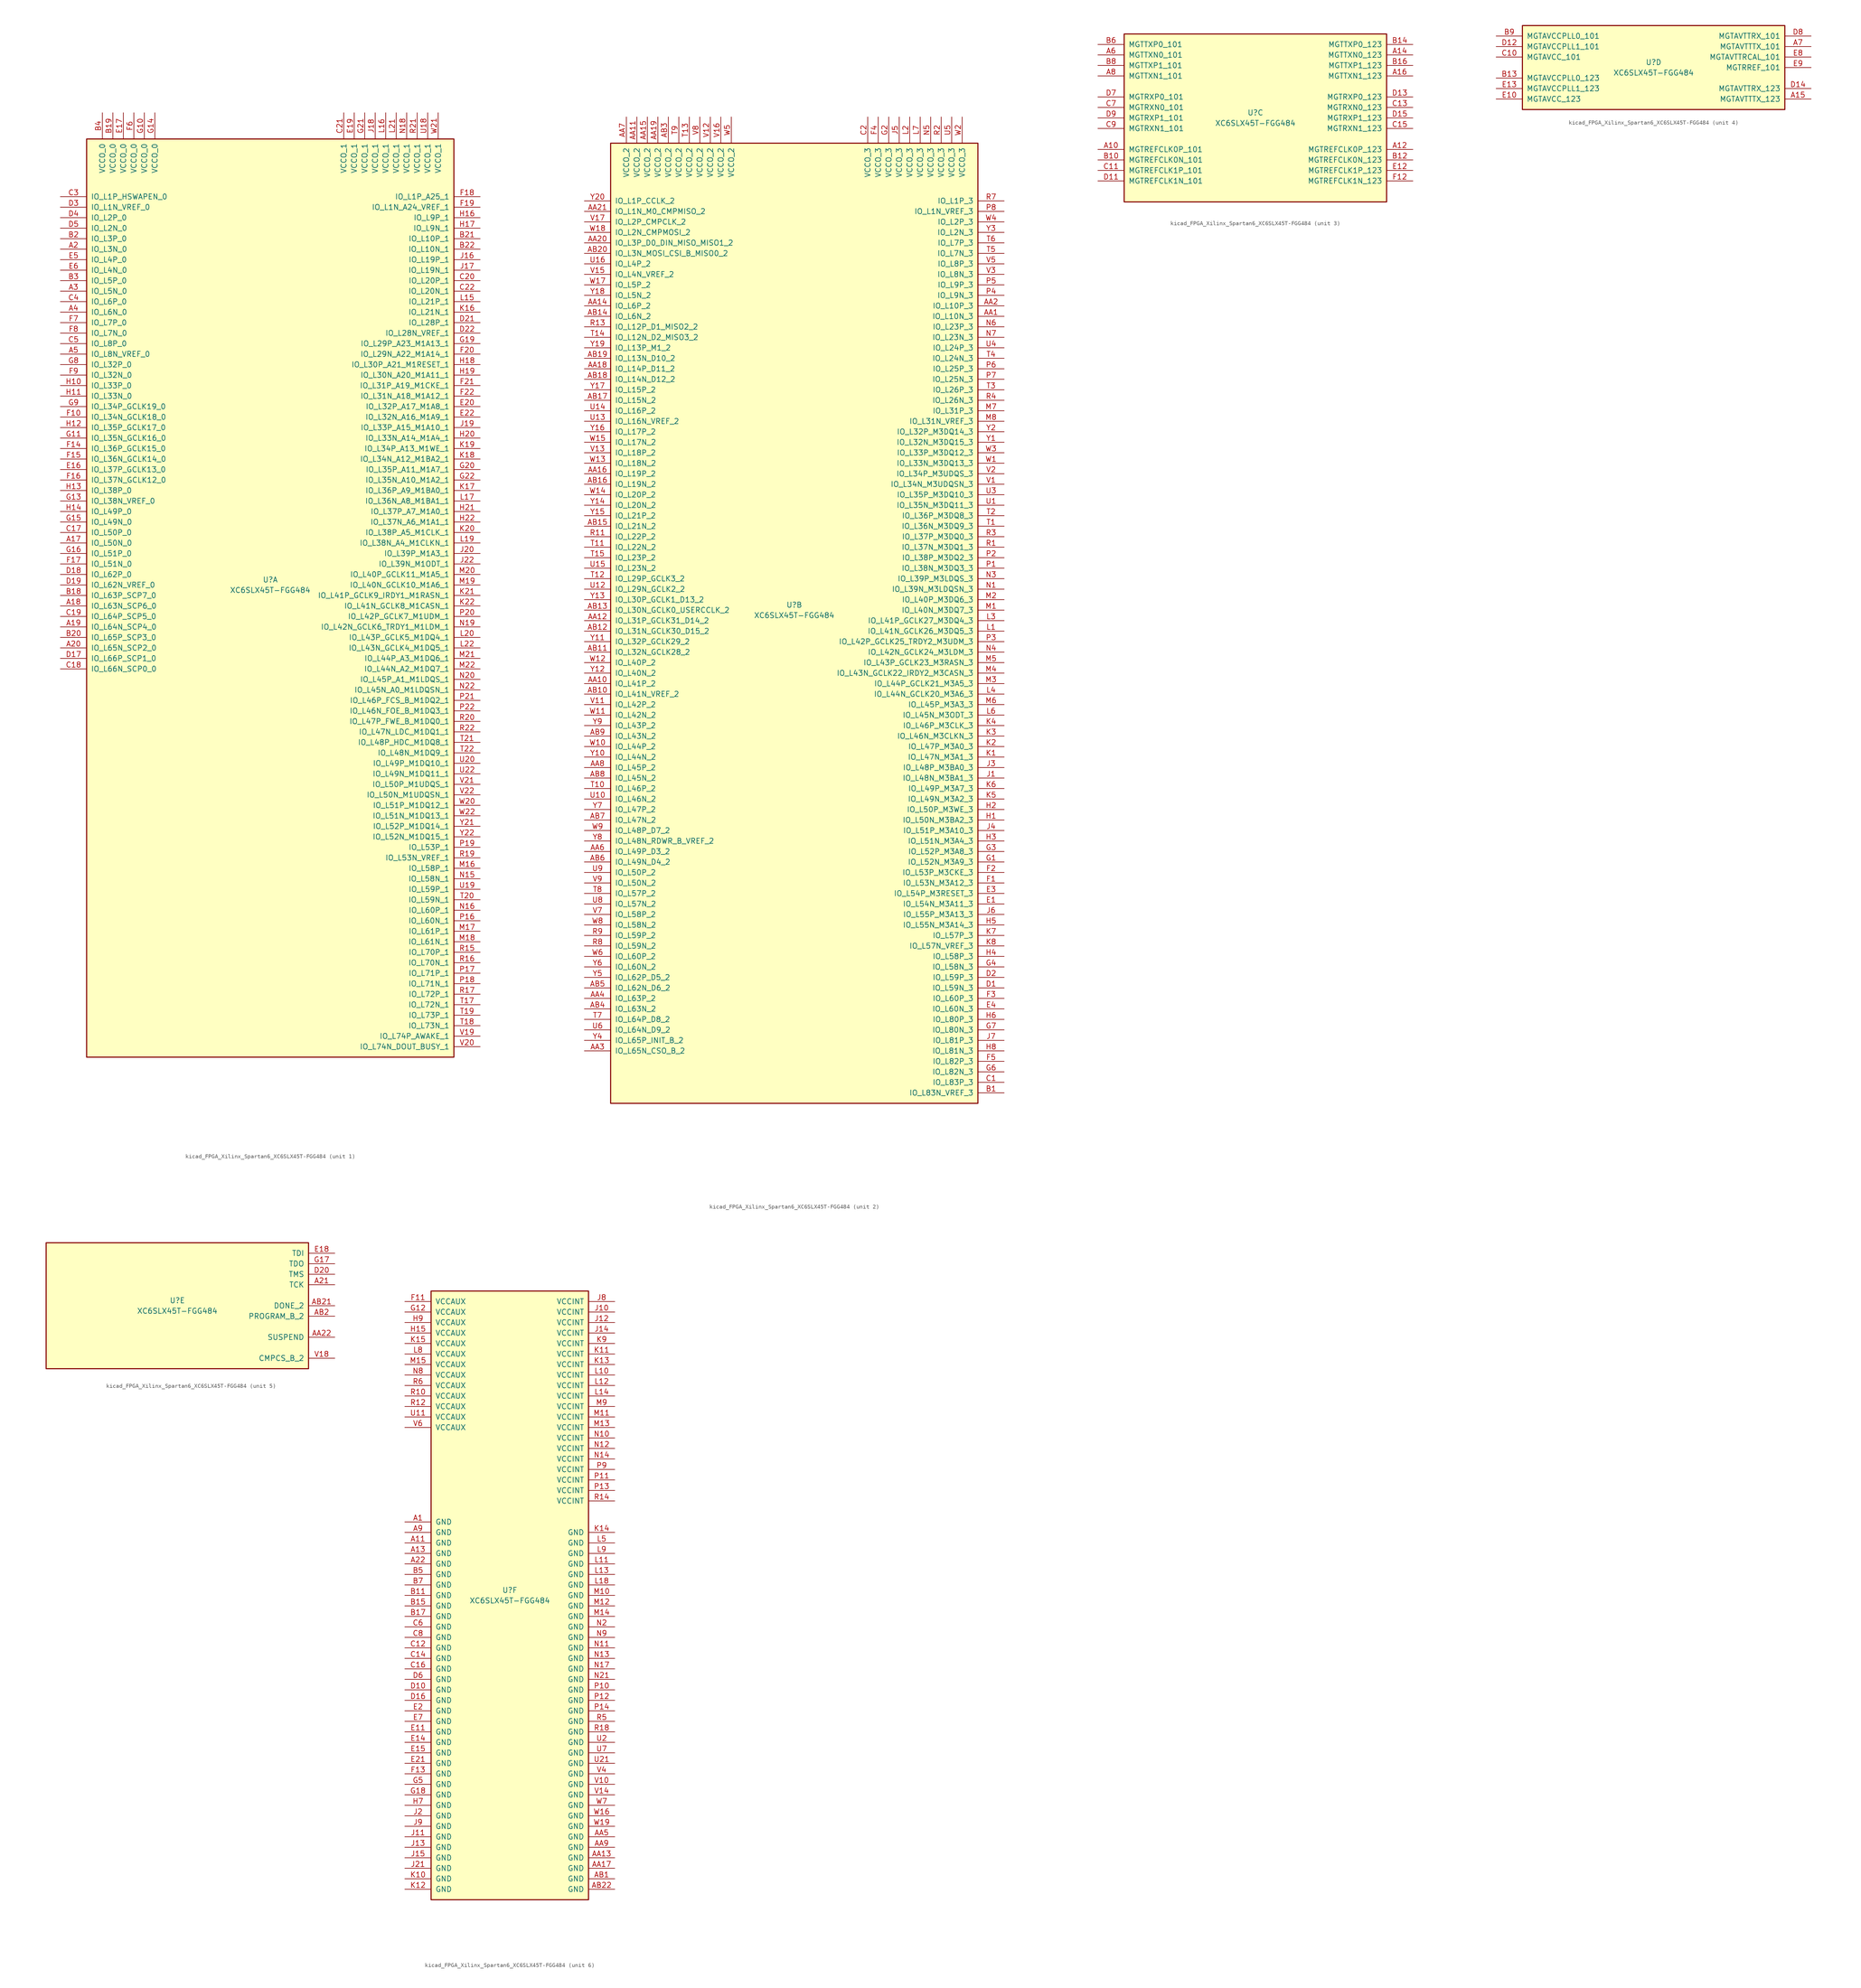
<source format=kicad_sym>
(kicad_symbol_lib
  (version 20220914)
  (generator kicad_symbol_editor)
  (symbol "kicad_FPGA_Xilinx_Spartan6_XC6SLX45T-FGG484"
    (pin_names
      (offset 1.016))
    (property "Reference" "U"
      (at 0 1.27 0)
      (effects (font (size 1.27 1.27))))
    (property "Value" "XC6SLX45T-FGG484"
      (at 0 -1.27 0)
      (effects (font (size 1.27 1.27))))
    (property "Datasheet" ""
      (at 0 0 0)
      (effects (font (size 1.27 1.27))))
    (property "ki_locked" ""
      (at 0 0 0)
      (effects (font (size 1.27 1.27))))
    (symbol "kicad_FPGA_Xilinx_Spartan6_XC6SLX45T-FGG484_1_1"
      (rectangle (start -44.45 107.95) (end 44.45 -114.3) (stroke (width 0.254) (type default)) (fill (type background)))
      (pin bidirectional line (at -50.8 10.16 0) (length 6.35) (name "IO_L50N_0" (effects (font (size 1.27 1.27)))) (number "A17" (effects (font (size 1.27 1.27)))))
      (pin bidirectional line (at -50.8 -5.08 0) (length 6.35) (name "IO_L63N_SCP6_0" (effects (font (size 1.27 1.27)))) (number "A18" (effects (font (size 1.27 1.27)))))
      (pin bidirectional line (at -50.8 -10.16 0) (length 6.35) (name "IO_L64N_SCP4_0" (effects (font (size 1.27 1.27)))) (number "A19" (effects (font (size 1.27 1.27)))))
      (pin bidirectional line (at -50.8 81.28 0) (length 6.35) (name "IO_L3N_0" (effects (font (size 1.27 1.27)))) (number "A2" (effects (font (size 1.27 1.27)))))
      (pin bidirectional line (at -50.8 -15.24 0) (length 6.35) (name "IO_L65N_SCP2_0" (effects (font (size 1.27 1.27)))) (number "A20" (effects (font (size 1.27 1.27)))))
      (pin bidirectional line (at -50.8 71.12 0) (length 6.35) (name "IO_L5N_0" (effects (font (size 1.27 1.27)))) (number "A3" (effects (font (size 1.27 1.27)))))
      (pin bidirectional line (at -50.8 66.04 0) (length 6.35) (name "IO_L6N_0" (effects (font (size 1.27 1.27)))) (number "A4" (effects (font (size 1.27 1.27)))))
      (pin bidirectional line (at -50.8 55.88 0) (length 6.35) (name "IO_L8N_VREF_0" (effects (font (size 1.27 1.27)))) (number "A5" (effects (font (size 1.27 1.27)))))
      (pin bidirectional line (at -50.8 -2.54 0) (length 6.35) (name "IO_L63P_SCP7_0" (effects (font (size 1.27 1.27)))) (number "B18" (effects (font (size 1.27 1.27)))))
      (pin power_in line (at -38.1 114.3 270) (length 6.35) (name "VCCO_0" (effects (font (size 1.27 1.27)))) (number "B19" (effects (font (size 1.27 1.27)))))
      (pin bidirectional line (at -50.8 83.82 0) (length 6.35) (name "IO_L3P_0" (effects (font (size 1.27 1.27)))) (number "B2" (effects (font (size 1.27 1.27)))))
      (pin bidirectional line (at -50.8 -12.7 0) (length 6.35) (name "IO_L65P_SCP3_0" (effects (font (size 1.27 1.27)))) (number "B20" (effects (font (size 1.27 1.27)))))
      (pin bidirectional line (at 50.8 83.82 180) (length 6.35) (name "IO_L10P_1" (effects (font (size 1.27 1.27)))) (number "B21" (effects (font (size 1.27 1.27)))))
      (pin bidirectional line (at 50.8 81.28 180) (length 6.35) (name "IO_L10N_1" (effects (font (size 1.27 1.27)))) (number "B22" (effects (font (size 1.27 1.27)))))
      (pin bidirectional line (at -50.8 73.66 0) (length 6.35) (name "IO_L5P_0" (effects (font (size 1.27 1.27)))) (number "B3" (effects (font (size 1.27 1.27)))))
      (pin power_in line (at -40.64 114.3 270) (length 6.35) (name "VCCO_0" (effects (font (size 1.27 1.27)))) (number "B4" (effects (font (size 1.27 1.27)))))
      (pin bidirectional line (at -50.8 12.7 0) (length 6.35) (name "IO_L50P_0" (effects (font (size 1.27 1.27)))) (number "C17" (effects (font (size 1.27 1.27)))))
      (pin bidirectional line (at -50.8 -20.32 0) (length 6.35) (name "IO_L66N_SCP0_0" (effects (font (size 1.27 1.27)))) (number "C18" (effects (font (size 1.27 1.27)))))
      (pin bidirectional line (at -50.8 -7.62 0) (length 6.35) (name "IO_L64P_SCP5_0" (effects (font (size 1.27 1.27)))) (number "C19" (effects (font (size 1.27 1.27)))))
      (pin bidirectional line (at 50.8 73.66 180) (length 6.35) (name "IO_L20P_1" (effects (font (size 1.27 1.27)))) (number "C20" (effects (font (size 1.27 1.27)))))
      (pin power_in line (at 17.78 114.3 270) (length 6.35) (name "VCCO_1" (effects (font (size 1.27 1.27)))) (number "C21" (effects (font (size 1.27 1.27)))))
      (pin bidirectional line (at 50.8 71.12 180) (length 6.35) (name "IO_L20N_1" (effects (font (size 1.27 1.27)))) (number "C22" (effects (font (size 1.27 1.27)))))
      (pin bidirectional line (at -50.8 93.98 0) (length 6.35) (name "IO_L1P_HSWAPEN_0" (effects (font (size 1.27 1.27)))) (number "C3" (effects (font (size 1.27 1.27)))))
      (pin bidirectional line (at -50.8 68.58 0) (length 6.35) (name "IO_L6P_0" (effects (font (size 1.27 1.27)))) (number "C4" (effects (font (size 1.27 1.27)))))
      (pin bidirectional line (at -50.8 58.42 0) (length 6.35) (name "IO_L8P_0" (effects (font (size 1.27 1.27)))) (number "C5" (effects (font (size 1.27 1.27)))))
      (pin bidirectional line (at -50.8 -17.78 0) (length 6.35) (name "IO_L66P_SCP1_0" (effects (font (size 1.27 1.27)))) (number "D17" (effects (font (size 1.27 1.27)))))
      (pin bidirectional line (at -50.8 2.54 0) (length 6.35) (name "IO_L62P_0" (effects (font (size 1.27 1.27)))) (number "D18" (effects (font (size 1.27 1.27)))))
      (pin bidirectional line (at -50.8 0 0) (length 6.35) (name "IO_L62N_VREF_0" (effects (font (size 1.27 1.27)))) (number "D19" (effects (font (size 1.27 1.27)))))
      (pin bidirectional line (at 50.8 63.5 180) (length 6.35) (name "IO_L28P_1" (effects (font (size 1.27 1.27)))) (number "D21" (effects (font (size 1.27 1.27)))))
      (pin bidirectional line (at 50.8 60.96 180) (length 6.35) (name "IO_L28N_VREF_1" (effects (font (size 1.27 1.27)))) (number "D22" (effects (font (size 1.27 1.27)))))
      (pin bidirectional line (at -50.8 91.44 0) (length 6.35) (name "IO_L1N_VREF_0" (effects (font (size 1.27 1.27)))) (number "D3" (effects (font (size 1.27 1.27)))))
      (pin bidirectional line (at -50.8 88.9 0) (length 6.35) (name "IO_L2P_0" (effects (font (size 1.27 1.27)))) (number "D4" (effects (font (size 1.27 1.27)))))
      (pin bidirectional line (at -50.8 86.36 0) (length 6.35) (name "IO_L2N_0" (effects (font (size 1.27 1.27)))) (number "D5" (effects (font (size 1.27 1.27)))))
      (pin bidirectional line (at -50.8 27.94 0) (length 6.35) (name "IO_L37P_GCLK13_0" (effects (font (size 1.27 1.27)))) (number "E16" (effects (font (size 1.27 1.27)))))
      (pin power_in line (at -35.56 114.3 270) (length 6.35) (name "VCCO_0" (effects (font (size 1.27 1.27)))) (number "E17" (effects (font (size 1.27 1.27)))))
      (pin power_in line (at 20.32 114.3 270) (length 6.35) (name "VCCO_1" (effects (font (size 1.27 1.27)))) (number "E19" (effects (font (size 1.27 1.27)))))
      (pin bidirectional line (at 50.8 43.18 180) (length 6.35) (name "IO_L32P_A17_M1A8_1" (effects (font (size 1.27 1.27)))) (number "E20" (effects (font (size 1.27 1.27)))))
      (pin bidirectional line (at 50.8 40.64 180) (length 6.35) (name "IO_L32N_A16_M1A9_1" (effects (font (size 1.27 1.27)))) (number "E22" (effects (font (size 1.27 1.27)))))
      (pin bidirectional line (at -50.8 78.74 0) (length 6.35) (name "IO_L4P_0" (effects (font (size 1.27 1.27)))) (number "E5" (effects (font (size 1.27 1.27)))))
      (pin bidirectional line (at -50.8 76.2 0) (length 6.35) (name "IO_L4N_0" (effects (font (size 1.27 1.27)))) (number "E6" (effects (font (size 1.27 1.27)))))
      (pin bidirectional line (at -50.8 40.64 0) (length 6.35) (name "IO_L34N_GCLK18_0" (effects (font (size 1.27 1.27)))) (number "F10" (effects (font (size 1.27 1.27)))))
      (pin bidirectional line (at -50.8 33.02 0) (length 6.35) (name "IO_L36P_GCLK15_0" (effects (font (size 1.27 1.27)))) (number "F14" (effects (font (size 1.27 1.27)))))
      (pin bidirectional line (at -50.8 30.48 0) (length 6.35) (name "IO_L36N_GCLK14_0" (effects (font (size 1.27 1.27)))) (number "F15" (effects (font (size 1.27 1.27)))))
      (pin bidirectional line (at -50.8 25.4 0) (length 6.35) (name "IO_L37N_GCLK12_0" (effects (font (size 1.27 1.27)))) (number "F16" (effects (font (size 1.27 1.27)))))
      (pin bidirectional line (at -50.8 5.08 0) (length 6.35) (name "IO_L51N_0" (effects (font (size 1.27 1.27)))) (number "F17" (effects (font (size 1.27 1.27)))))
      (pin bidirectional line (at 50.8 93.98 180) (length 6.35) (name "IO_L1P_A25_1" (effects (font (size 1.27 1.27)))) (number "F18" (effects (font (size 1.27 1.27)))))
      (pin bidirectional line (at 50.8 91.44 180) (length 6.35) (name "IO_L1N_A24_VREF_1" (effects (font (size 1.27 1.27)))) (number "F19" (effects (font (size 1.27 1.27)))))
      (pin bidirectional line (at 50.8 55.88 180) (length 6.35) (name "IO_L29N_A22_M1A14_1" (effects (font (size 1.27 1.27)))) (number "F20" (effects (font (size 1.27 1.27)))))
      (pin bidirectional line (at 50.8 48.26 180) (length 6.35) (name "IO_L31P_A19_M1CKE_1" (effects (font (size 1.27 1.27)))) (number "F21" (effects (font (size 1.27 1.27)))))
      (pin bidirectional line (at 50.8 45.72 180) (length 6.35) (name "IO_L31N_A18_M1A12_1" (effects (font (size 1.27 1.27)))) (number "F22" (effects (font (size 1.27 1.27)))))
      (pin power_in line (at -33.02 114.3 270) (length 6.35) (name "VCCO_0" (effects (font (size 1.27 1.27)))) (number "F6" (effects (font (size 1.27 1.27)))))
      (pin bidirectional line (at -50.8 63.5 0) (length 6.35) (name "IO_L7P_0" (effects (font (size 1.27 1.27)))) (number "F7" (effects (font (size 1.27 1.27)))))
      (pin bidirectional line (at -50.8 60.96 0) (length 6.35) (name "IO_L7N_0" (effects (font (size 1.27 1.27)))) (number "F8" (effects (font (size 1.27 1.27)))))
      (pin bidirectional line (at -50.8 50.8 0) (length 6.35) (name "IO_L32N_0" (effects (font (size 1.27 1.27)))) (number "F9" (effects (font (size 1.27 1.27)))))
      (pin power_in line (at -30.48 114.3 270) (length 6.35) (name "VCCO_0" (effects (font (size 1.27 1.27)))) (number "G10" (effects (font (size 1.27 1.27)))))
      (pin bidirectional line (at -50.8 35.56 0) (length 6.35) (name "IO_L35N_GCLK16_0" (effects (font (size 1.27 1.27)))) (number "G11" (effects (font (size 1.27 1.27)))))
      (pin bidirectional line (at -50.8 20.32 0) (length 6.35) (name "IO_L38N_VREF_0" (effects (font (size 1.27 1.27)))) (number "G13" (effects (font (size 1.27 1.27)))))
      (pin power_in line (at -27.94 114.3 270) (length 6.35) (name "VCCO_0" (effects (font (size 1.27 1.27)))) (number "G14" (effects (font (size 1.27 1.27)))))
      (pin bidirectional line (at -50.8 15.24 0) (length 6.35) (name "IO_L49N_0" (effects (font (size 1.27 1.27)))) (number "G15" (effects (font (size 1.27 1.27)))))
      (pin bidirectional line (at -50.8 7.62 0) (length 6.35) (name "IO_L51P_0" (effects (font (size 1.27 1.27)))) (number "G16" (effects (font (size 1.27 1.27)))))
      (pin bidirectional line (at 50.8 58.42 180) (length 6.35) (name "IO_L29P_A23_M1A13_1" (effects (font (size 1.27 1.27)))) (number "G19" (effects (font (size 1.27 1.27)))))
      (pin bidirectional line (at 50.8 27.94 180) (length 6.35) (name "IO_L35P_A11_M1A7_1" (effects (font (size 1.27 1.27)))) (number "G20" (effects (font (size 1.27 1.27)))))
      (pin power_in line (at 22.86 114.3 270) (length 6.35) (name "VCCO_1" (effects (font (size 1.27 1.27)))) (number "G21" (effects (font (size 1.27 1.27)))))
      (pin bidirectional line (at 50.8 25.4 180) (length 6.35) (name "IO_L35N_A10_M1A2_1" (effects (font (size 1.27 1.27)))) (number "G22" (effects (font (size 1.27 1.27)))))
      (pin bidirectional line (at -50.8 53.34 0) (length 6.35) (name "IO_L32P_0" (effects (font (size 1.27 1.27)))) (number "G8" (effects (font (size 1.27 1.27)))))
      (pin bidirectional line (at -50.8 43.18 0) (length 6.35) (name "IO_L34P_GCLK19_0" (effects (font (size 1.27 1.27)))) (number "G9" (effects (font (size 1.27 1.27)))))
      (pin bidirectional line (at -50.8 48.26 0) (length 6.35) (name "IO_L33P_0" (effects (font (size 1.27 1.27)))) (number "H10" (effects (font (size 1.27 1.27)))))
      (pin bidirectional line (at -50.8 45.72 0) (length 6.35) (name "IO_L33N_0" (effects (font (size 1.27 1.27)))) (number "H11" (effects (font (size 1.27 1.27)))))
      (pin bidirectional line (at -50.8 38.1 0) (length 6.35) (name "IO_L35P_GCLK17_0" (effects (font (size 1.27 1.27)))) (number "H12" (effects (font (size 1.27 1.27)))))
      (pin bidirectional line (at -50.8 22.86 0) (length 6.35) (name "IO_L38P_0" (effects (font (size 1.27 1.27)))) (number "H13" (effects (font (size 1.27 1.27)))))
      (pin bidirectional line (at -50.8 17.78 0) (length 6.35) (name "IO_L49P_0" (effects (font (size 1.27 1.27)))) (number "H14" (effects (font (size 1.27 1.27)))))
      (pin bidirectional line (at 50.8 88.9 180) (length 6.35) (name "IO_L9P_1" (effects (font (size 1.27 1.27)))) (number "H16" (effects (font (size 1.27 1.27)))))
      (pin bidirectional line (at 50.8 86.36 180) (length 6.35) (name "IO_L9N_1" (effects (font (size 1.27 1.27)))) (number "H17" (effects (font (size 1.27 1.27)))))
      (pin bidirectional line (at 50.8 53.34 180) (length 6.35) (name "IO_L30P_A21_M1RESET_1" (effects (font (size 1.27 1.27)))) (number "H18" (effects (font (size 1.27 1.27)))))
      (pin bidirectional line (at 50.8 50.8 180) (length 6.35) (name "IO_L30N_A20_M1A11_1" (effects (font (size 1.27 1.27)))) (number "H19" (effects (font (size 1.27 1.27)))))
      (pin bidirectional line (at 50.8 35.56 180) (length 6.35) (name "IO_L33N_A14_M1A4_1" (effects (font (size 1.27 1.27)))) (number "H20" (effects (font (size 1.27 1.27)))))
      (pin bidirectional line (at 50.8 17.78 180) (length 6.35) (name "IO_L37P_A7_M1A0_1" (effects (font (size 1.27 1.27)))) (number "H21" (effects (font (size 1.27 1.27)))))
      (pin bidirectional line (at 50.8 15.24 180) (length 6.35) (name "IO_L37N_A6_M1A1_1" (effects (font (size 1.27 1.27)))) (number "H22" (effects (font (size 1.27 1.27)))))
      (pin bidirectional line (at 50.8 78.74 180) (length 6.35) (name "IO_L19P_1" (effects (font (size 1.27 1.27)))) (number "J16" (effects (font (size 1.27 1.27)))))
      (pin bidirectional line (at 50.8 76.2 180) (length 6.35) (name "IO_L19N_1" (effects (font (size 1.27 1.27)))) (number "J17" (effects (font (size 1.27 1.27)))))
      (pin power_in line (at 25.4 114.3 270) (length 6.35) (name "VCCO_1" (effects (font (size 1.27 1.27)))) (number "J18" (effects (font (size 1.27 1.27)))))
      (pin bidirectional line (at 50.8 38.1 180) (length 6.35) (name "IO_L33P_A15_M1A10_1" (effects (font (size 1.27 1.27)))) (number "J19" (effects (font (size 1.27 1.27)))))
      (pin bidirectional line (at 50.8 7.62 180) (length 6.35) (name "IO_L39P_M1A3_1" (effects (font (size 1.27 1.27)))) (number "J20" (effects (font (size 1.27 1.27)))))
      (pin bidirectional line (at 50.8 5.08 180) (length 6.35) (name "IO_L39N_M1ODT_1" (effects (font (size 1.27 1.27)))) (number "J22" (effects (font (size 1.27 1.27)))))
      (pin bidirectional line (at 50.8 66.04 180) (length 6.35) (name "IO_L21N_1" (effects (font (size 1.27 1.27)))) (number "K16" (effects (font (size 1.27 1.27)))))
      (pin bidirectional line (at 50.8 22.86 180) (length 6.35) (name "IO_L36P_A9_M1BA0_1" (effects (font (size 1.27 1.27)))) (number "K17" (effects (font (size 1.27 1.27)))))
      (pin bidirectional line (at 50.8 30.48 180) (length 6.35) (name "IO_L34N_A12_M1BA2_1" (effects (font (size 1.27 1.27)))) (number "K18" (effects (font (size 1.27 1.27)))))
      (pin bidirectional line (at 50.8 33.02 180) (length 6.35) (name "IO_L34P_A13_M1WE_1" (effects (font (size 1.27 1.27)))) (number "K19" (effects (font (size 1.27 1.27)))))
      (pin bidirectional line (at 50.8 12.7 180) (length 6.35) (name "IO_L38P_A5_M1CLK_1" (effects (font (size 1.27 1.27)))) (number "K20" (effects (font (size 1.27 1.27)))))
      (pin bidirectional line (at 50.8 -2.54 180) (length 6.35) (name "IO_L41P_GCLK9_IRDY1_M1RASN_1" (effects (font (size 1.27 1.27)))) (number "K21" (effects (font (size 1.27 1.27)))))
      (pin bidirectional line (at 50.8 -5.08 180) (length 6.35) (name "IO_L41N_GCLK8_M1CASN_1" (effects (font (size 1.27 1.27)))) (number "K22" (effects (font (size 1.27 1.27)))))
      (pin bidirectional line (at 50.8 68.58 180) (length 6.35) (name "IO_L21P_1" (effects (font (size 1.27 1.27)))) (number "L15" (effects (font (size 1.27 1.27)))))
      (pin power_in line (at 27.94 114.3 270) (length 6.35) (name "VCCO_1" (effects (font (size 1.27 1.27)))) (number "L16" (effects (font (size 1.27 1.27)))))
      (pin bidirectional line (at 50.8 20.32 180) (length 6.35) (name "IO_L36N_A8_M1BA1_1" (effects (font (size 1.27 1.27)))) (number "L17" (effects (font (size 1.27 1.27)))))
      (pin bidirectional line (at 50.8 10.16 180) (length 6.35) (name "IO_L38N_A4_M1CLKN_1" (effects (font (size 1.27 1.27)))) (number "L19" (effects (font (size 1.27 1.27)))))
      (pin bidirectional line (at 50.8 -12.7 180) (length 6.35) (name "IO_L43P_GCLK5_M1DQ4_1" (effects (font (size 1.27 1.27)))) (number "L20" (effects (font (size 1.27 1.27)))))
      (pin power_in line (at 30.48 114.3 270) (length 6.35) (name "VCCO_1" (effects (font (size 1.27 1.27)))) (number "L21" (effects (font (size 1.27 1.27)))))
      (pin bidirectional line (at 50.8 -15.24 180) (length 6.35) (name "IO_L43N_GCLK4_M1DQ5_1" (effects (font (size 1.27 1.27)))) (number "L22" (effects (font (size 1.27 1.27)))))
      (pin bidirectional line (at 50.8 -68.58 180) (length 6.35) (name "IO_L58P_1" (effects (font (size 1.27 1.27)))) (number "M16" (effects (font (size 1.27 1.27)))))
      (pin bidirectional line (at 50.8 -83.82 180) (length 6.35) (name "IO_L61P_1" (effects (font (size 1.27 1.27)))) (number "M17" (effects (font (size 1.27 1.27)))))
      (pin bidirectional line (at 50.8 -86.36 180) (length 6.35) (name "IO_L61N_1" (effects (font (size 1.27 1.27)))) (number "M18" (effects (font (size 1.27 1.27)))))
      (pin bidirectional line (at 50.8 0 180) (length 6.35) (name "IO_L40N_GCLK10_M1A6_1" (effects (font (size 1.27 1.27)))) (number "M19" (effects (font (size 1.27 1.27)))))
      (pin bidirectional line (at 50.8 2.54 180) (length 6.35) (name "IO_L40P_GCLK11_M1A5_1" (effects (font (size 1.27 1.27)))) (number "M20" (effects (font (size 1.27 1.27)))))
      (pin bidirectional line (at 50.8 -17.78 180) (length 6.35) (name "IO_L44P_A3_M1DQ6_1" (effects (font (size 1.27 1.27)))) (number "M21" (effects (font (size 1.27 1.27)))))
      (pin bidirectional line (at 50.8 -20.32 180) (length 6.35) (name "IO_L44N_A2_M1DQ7_1" (effects (font (size 1.27 1.27)))) (number "M22" (effects (font (size 1.27 1.27)))))
      (pin bidirectional line (at 50.8 -71.12 180) (length 6.35) (name "IO_L58N_1" (effects (font (size 1.27 1.27)))) (number "N15" (effects (font (size 1.27 1.27)))))
      (pin bidirectional line (at 50.8 -78.74 180) (length 6.35) (name "IO_L60P_1" (effects (font (size 1.27 1.27)))) (number "N16" (effects (font (size 1.27 1.27)))))
      (pin power_in line (at 33.02 114.3 270) (length 6.35) (name "VCCO_1" (effects (font (size 1.27 1.27)))) (number "N18" (effects (font (size 1.27 1.27)))))
      (pin bidirectional line (at 50.8 -10.16 180) (length 6.35) (name "IO_L42N_GCLK6_TRDY1_M1LDM_1" (effects (font (size 1.27 1.27)))) (number "N19" (effects (font (size 1.27 1.27)))))
      (pin bidirectional line (at 50.8 -22.86 180) (length 6.35) (name "IO_L45P_A1_M1LDQS_1" (effects (font (size 1.27 1.27)))) (number "N20" (effects (font (size 1.27 1.27)))))
      (pin bidirectional line (at 50.8 -25.4 180) (length 6.35) (name "IO_L45N_A0_M1LDQSN_1" (effects (font (size 1.27 1.27)))) (number "N22" (effects (font (size 1.27 1.27)))))
      (pin bidirectional line (at 50.8 -81.28 180) (length 6.35) (name "IO_L60N_1" (effects (font (size 1.27 1.27)))) (number "P16" (effects (font (size 1.27 1.27)))))
      (pin bidirectional line (at 50.8 -93.98 180) (length 6.35) (name "IO_L71P_1" (effects (font (size 1.27 1.27)))) (number "P17" (effects (font (size 1.27 1.27)))))
      (pin bidirectional line (at 50.8 -96.52 180) (length 6.35) (name "IO_L71N_1" (effects (font (size 1.27 1.27)))) (number "P18" (effects (font (size 1.27 1.27)))))
      (pin bidirectional line (at 50.8 -63.5 180) (length 6.35) (name "IO_L53P_1" (effects (font (size 1.27 1.27)))) (number "P19" (effects (font (size 1.27 1.27)))))
      (pin bidirectional line (at 50.8 -7.62 180) (length 6.35) (name "IO_L42P_GCLK7_M1UDM_1" (effects (font (size 1.27 1.27)))) (number "P20" (effects (font (size 1.27 1.27)))))
      (pin bidirectional line (at 50.8 -27.94 180) (length 6.35) (name "IO_L46P_FCS_B_M1DQ2_1" (effects (font (size 1.27 1.27)))) (number "P21" (effects (font (size 1.27 1.27)))))
      (pin bidirectional line (at 50.8 -30.48 180) (length 6.35) (name "IO_L46N_FOE_B_M1DQ3_1" (effects (font (size 1.27 1.27)))) (number "P22" (effects (font (size 1.27 1.27)))))
      (pin bidirectional line (at 50.8 -88.9 180) (length 6.35) (name "IO_L70P_1" (effects (font (size 1.27 1.27)))) (number "R15" (effects (font (size 1.27 1.27)))))
      (pin bidirectional line (at 50.8 -91.44 180) (length 6.35) (name "IO_L70N_1" (effects (font (size 1.27 1.27)))) (number "R16" (effects (font (size 1.27 1.27)))))
      (pin bidirectional line (at 50.8 -99.06 180) (length 6.35) (name "IO_L72P_1" (effects (font (size 1.27 1.27)))) (number "R17" (effects (font (size 1.27 1.27)))))
      (pin bidirectional line (at 50.8 -66.04 180) (length 6.35) (name "IO_L53N_VREF_1" (effects (font (size 1.27 1.27)))) (number "R19" (effects (font (size 1.27 1.27)))))
      (pin bidirectional line (at 50.8 -33.02 180) (length 6.35) (name "IO_L47P_FWE_B_M1DQ0_1" (effects (font (size 1.27 1.27)))) (number "R20" (effects (font (size 1.27 1.27)))))
      (pin power_in line (at 35.56 114.3 270) (length 6.35) (name "VCCO_1" (effects (font (size 1.27 1.27)))) (number "R21" (effects (font (size 1.27 1.27)))))
      (pin bidirectional line (at 50.8 -35.56 180) (length 6.35) (name "IO_L47N_LDC_M1DQ1_1" (effects (font (size 1.27 1.27)))) (number "R22" (effects (font (size 1.27 1.27)))))
      (pin bidirectional line (at 50.8 -101.6 180) (length 6.35) (name "IO_L72N_1" (effects (font (size 1.27 1.27)))) (number "T17" (effects (font (size 1.27 1.27)))))
      (pin bidirectional line (at 50.8 -106.68 180) (length 6.35) (name "IO_L73N_1" (effects (font (size 1.27 1.27)))) (number "T18" (effects (font (size 1.27 1.27)))))
      (pin bidirectional line (at 50.8 -104.14 180) (length 6.35) (name "IO_L73P_1" (effects (font (size 1.27 1.27)))) (number "T19" (effects (font (size 1.27 1.27)))))
      (pin bidirectional line (at 50.8 -76.2 180) (length 6.35) (name "IO_L59N_1" (effects (font (size 1.27 1.27)))) (number "T20" (effects (font (size 1.27 1.27)))))
      (pin bidirectional line (at 50.8 -38.1 180) (length 6.35) (name "IO_L48P_HDC_M1DQ8_1" (effects (font (size 1.27 1.27)))) (number "T21" (effects (font (size 1.27 1.27)))))
      (pin bidirectional line (at 50.8 -40.64 180) (length 6.35) (name "IO_L48N_M1DQ9_1" (effects (font (size 1.27 1.27)))) (number "T22" (effects (font (size 1.27 1.27)))))
      (pin power_in line (at 38.1 114.3 270) (length 6.35) (name "VCCO_1" (effects (font (size 1.27 1.27)))) (number "U18" (effects (font (size 1.27 1.27)))))
      (pin bidirectional line (at 50.8 -73.66 180) (length 6.35) (name "IO_L59P_1" (effects (font (size 1.27 1.27)))) (number "U19" (effects (font (size 1.27 1.27)))))
      (pin bidirectional line (at 50.8 -43.18 180) (length 6.35) (name "IO_L49P_M1DQ10_1" (effects (font (size 1.27 1.27)))) (number "U20" (effects (font (size 1.27 1.27)))))
      (pin bidirectional line (at 50.8 -45.72 180) (length 6.35) (name "IO_L49N_M1DQ11_1" (effects (font (size 1.27 1.27)))) (number "U22" (effects (font (size 1.27 1.27)))))
      (pin bidirectional line (at 50.8 -109.22 180) (length 6.35) (name "IO_L74P_AWAKE_1" (effects (font (size 1.27 1.27)))) (number "V19" (effects (font (size 1.27 1.27)))))
      (pin bidirectional line (at 50.8 -111.76 180) (length 6.35) (name "IO_L74N_DOUT_BUSY_1" (effects (font (size 1.27 1.27)))) (number "V20" (effects (font (size 1.27 1.27)))))
      (pin bidirectional line (at 50.8 -48.26 180) (length 6.35) (name "IO_L50P_M1UDQS_1" (effects (font (size 1.27 1.27)))) (number "V21" (effects (font (size 1.27 1.27)))))
      (pin bidirectional line (at 50.8 -50.8 180) (length 6.35) (name "IO_L50N_M1UDQSN_1" (effects (font (size 1.27 1.27)))) (number "V22" (effects (font (size 1.27 1.27)))))
      (pin bidirectional line (at 50.8 -53.34 180) (length 6.35) (name "IO_L51P_M1DQ12_1" (effects (font (size 1.27 1.27)))) (number "W20" (effects (font (size 1.27 1.27)))))
      (pin power_in line (at 40.64 114.3 270) (length 6.35) (name "VCCO_1" (effects (font (size 1.27 1.27)))) (number "W21" (effects (font (size 1.27 1.27)))))
      (pin bidirectional line (at 50.8 -55.88 180) (length 6.35) (name "IO_L51N_M1DQ13_1" (effects (font (size 1.27 1.27)))) (number "W22" (effects (font (size 1.27 1.27)))))
      (pin bidirectional line (at 50.8 -58.42 180) (length 6.35) (name "IO_L52P_M1DQ14_1" (effects (font (size 1.27 1.27)))) (number "Y21" (effects (font (size 1.27 1.27)))))
      (pin bidirectional line (at 50.8 -60.96 180) (length 6.35) (name "IO_L52N_M1DQ15_1" (effects (font (size 1.27 1.27)))) (number "Y22" (effects (font (size 1.27 1.27))))))
    (symbol "kicad_FPGA_Xilinx_Spartan6_XC6SLX45T-FGG484_2_1"
      (rectangle (start -44.45 113.03) (end 44.45 -119.38) (stroke (width 0.254) (type default)) (fill (type background)))
      (pin bidirectional line (at 50.8 71.12 180) (length 6.35) (name "IO_L10N_3" (effects (font (size 1.27 1.27)))) (number "AA1" (effects (font (size 1.27 1.27)))))
      (pin bidirectional line (at -50.8 -17.78 0) (length 6.35) (name "IO_L41P_2" (effects (font (size 1.27 1.27)))) (number "AA10" (effects (font (size 1.27 1.27)))))
      (pin power_in line (at -38.1 119.38 270) (length 6.35) (name "VCCO_2" (effects (font (size 1.27 1.27)))) (number "AA11" (effects (font (size 1.27 1.27)))))
      (pin bidirectional line (at -50.8 -2.54 0) (length 6.35) (name "IO_L31P_GCLK31_D14_2" (effects (font (size 1.27 1.27)))) (number "AA12" (effects (font (size 1.27 1.27)))))
      (pin bidirectional line (at -50.8 73.66 0) (length 6.35) (name "IO_L6P_2" (effects (font (size 1.27 1.27)))) (number "AA14" (effects (font (size 1.27 1.27)))))
      (pin power_in line (at -35.56 119.38 270) (length 6.35) (name "VCCO_2" (effects (font (size 1.27 1.27)))) (number "AA15" (effects (font (size 1.27 1.27)))))
      (pin bidirectional line (at -50.8 33.02 0) (length 6.35) (name "IO_L19P_2" (effects (font (size 1.27 1.27)))) (number "AA16" (effects (font (size 1.27 1.27)))))
      (pin bidirectional line (at -50.8 58.42 0) (length 6.35) (name "IO_L14P_D11_2" (effects (font (size 1.27 1.27)))) (number "AA18" (effects (font (size 1.27 1.27)))))
      (pin power_in line (at -33.02 119.38 270) (length 6.35) (name "VCCO_2" (effects (font (size 1.27 1.27)))) (number "AA19" (effects (font (size 1.27 1.27)))))
      (pin bidirectional line (at 50.8 73.66 180) (length 6.35) (name "IO_L10P_3" (effects (font (size 1.27 1.27)))) (number "AA2" (effects (font (size 1.27 1.27)))))
      (pin bidirectional line (at -50.8 88.9 0) (length 6.35) (name "IO_L3P_D0_DIN_MISO_MISO1_2" (effects (font (size 1.27 1.27)))) (number "AA20" (effects (font (size 1.27 1.27)))))
      (pin bidirectional line (at -50.8 96.52 0) (length 6.35) (name "IO_L1N_M0_CMPMISO_2" (effects (font (size 1.27 1.27)))) (number "AA21" (effects (font (size 1.27 1.27)))))
      (pin bidirectional line (at -50.8 -106.68 0) (length 6.35) (name "IO_L65N_CSO_B_2" (effects (font (size 1.27 1.27)))) (number "AA3" (effects (font (size 1.27 1.27)))))
      (pin bidirectional line (at -50.8 -93.98 0) (length 6.35) (name "IO_L63P_2" (effects (font (size 1.27 1.27)))) (number "AA4" (effects (font (size 1.27 1.27)))))
      (pin bidirectional line (at -50.8 -58.42 0) (length 6.35) (name "IO_L49P_D3_2" (effects (font (size 1.27 1.27)))) (number "AA6" (effects (font (size 1.27 1.27)))))
      (pin power_in line (at -40.64 119.38 270) (length 6.35) (name "VCCO_2" (effects (font (size 1.27 1.27)))) (number "AA7" (effects (font (size 1.27 1.27)))))
      (pin bidirectional line (at -50.8 -38.1 0) (length 6.35) (name "IO_L45P_2" (effects (font (size 1.27 1.27)))) (number "AA8" (effects (font (size 1.27 1.27)))))
      (pin bidirectional line (at -50.8 -20.32 0) (length 6.35) (name "IO_L41N_VREF_2" (effects (font (size 1.27 1.27)))) (number "AB10" (effects (font (size 1.27 1.27)))))
      (pin bidirectional line (at -50.8 -10.16 0) (length 6.35) (name "IO_L32N_GCLK28_2" (effects (font (size 1.27 1.27)))) (number "AB11" (effects (font (size 1.27 1.27)))))
      (pin bidirectional line (at -50.8 -5.08 0) (length 6.35) (name "IO_L31N_GCLK30_D15_2" (effects (font (size 1.27 1.27)))) (number "AB12" (effects (font (size 1.27 1.27)))))
      (pin bidirectional line (at -50.8 0 0) (length 6.35) (name "IO_L30N_GCLK0_USERCCLK_2" (effects (font (size 1.27 1.27)))) (number "AB13" (effects (font (size 1.27 1.27)))))
      (pin bidirectional line (at -50.8 71.12 0) (length 6.35) (name "IO_L6N_2" (effects (font (size 1.27 1.27)))) (number "AB14" (effects (font (size 1.27 1.27)))))
      (pin bidirectional line (at -50.8 20.32 0) (length 6.35) (name "IO_L21N_2" (effects (font (size 1.27 1.27)))) (number "AB15" (effects (font (size 1.27 1.27)))))
      (pin bidirectional line (at -50.8 30.48 0) (length 6.35) (name "IO_L19N_2" (effects (font (size 1.27 1.27)))) (number "AB16" (effects (font (size 1.27 1.27)))))
      (pin bidirectional line (at -50.8 50.8 0) (length 6.35) (name "IO_L15N_2" (effects (font (size 1.27 1.27)))) (number "AB17" (effects (font (size 1.27 1.27)))))
      (pin bidirectional line (at -50.8 55.88 0) (length 6.35) (name "IO_L14N_D12_2" (effects (font (size 1.27 1.27)))) (number "AB18" (effects (font (size 1.27 1.27)))))
      (pin bidirectional line (at -50.8 60.96 0) (length 6.35) (name "IO_L13N_D10_2" (effects (font (size 1.27 1.27)))) (number "AB19" (effects (font (size 1.27 1.27)))))
      (pin bidirectional line (at -50.8 86.36 0) (length 6.35) (name "IO_L3N_MOSI_CSI_B_MISO0_2" (effects (font (size 1.27 1.27)))) (number "AB20" (effects (font (size 1.27 1.27)))))
      (pin power_in line (at -30.48 119.38 270) (length 6.35) (name "VCCO_2" (effects (font (size 1.27 1.27)))) (number "AB3" (effects (font (size 1.27 1.27)))))
      (pin bidirectional line (at -50.8 -96.52 0) (length 6.35) (name "IO_L63N_2" (effects (font (size 1.27 1.27)))) (number "AB4" (effects (font (size 1.27 1.27)))))
      (pin bidirectional line (at -50.8 -91.44 0) (length 6.35) (name "IO_L62N_D6_2" (effects (font (size 1.27 1.27)))) (number "AB5" (effects (font (size 1.27 1.27)))))
      (pin bidirectional line (at -50.8 -60.96 0) (length 6.35) (name "IO_L49N_D4_2" (effects (font (size 1.27 1.27)))) (number "AB6" (effects (font (size 1.27 1.27)))))
      (pin bidirectional line (at -50.8 -50.8 0) (length 6.35) (name "IO_L47N_2" (effects (font (size 1.27 1.27)))) (number "AB7" (effects (font (size 1.27 1.27)))))
      (pin bidirectional line (at -50.8 -40.64 0) (length 6.35) (name "IO_L45N_2" (effects (font (size 1.27 1.27)))) (number "AB8" (effects (font (size 1.27 1.27)))))
      (pin bidirectional line (at -50.8 -30.48 0) (length 6.35) (name "IO_L43N_2" (effects (font (size 1.27 1.27)))) (number "AB9" (effects (font (size 1.27 1.27)))))
      (pin bidirectional line (at 50.8 -116.84 180) (length 6.35) (name "IO_L83N_VREF_3" (effects (font (size 1.27 1.27)))) (number "B1" (effects (font (size 1.27 1.27)))))
      (pin bidirectional line (at 50.8 -114.3 180) (length 6.35) (name "IO_L83P_3" (effects (font (size 1.27 1.27)))) (number "C1" (effects (font (size 1.27 1.27)))))
      (pin power_in line (at 17.78 119.38 270) (length 6.35) (name "VCCO_3" (effects (font (size 1.27 1.27)))) (number "C2" (effects (font (size 1.27 1.27)))))
      (pin bidirectional line (at 50.8 -91.44 180) (length 6.35) (name "IO_L59N_3" (effects (font (size 1.27 1.27)))) (number "D1" (effects (font (size 1.27 1.27)))))
      (pin bidirectional line (at 50.8 -88.9 180) (length 6.35) (name "IO_L59P_3" (effects (font (size 1.27 1.27)))) (number "D2" (effects (font (size 1.27 1.27)))))
      (pin bidirectional line (at 50.8 -71.12 180) (length 6.35) (name "IO_L54N_M3A11_3" (effects (font (size 1.27 1.27)))) (number "E1" (effects (font (size 1.27 1.27)))))
      (pin bidirectional line (at 50.8 -68.58 180) (length 6.35) (name "IO_L54P_M3RESET_3" (effects (font (size 1.27 1.27)))) (number "E3" (effects (font (size 1.27 1.27)))))
      (pin bidirectional line (at 50.8 -96.52 180) (length 6.35) (name "IO_L60N_3" (effects (font (size 1.27 1.27)))) (number "E4" (effects (font (size 1.27 1.27)))))
      (pin bidirectional line (at 50.8 -66.04 180) (length 6.35) (name "IO_L53N_M3A12_3" (effects (font (size 1.27 1.27)))) (number "F1" (effects (font (size 1.27 1.27)))))
      (pin bidirectional line (at 50.8 -63.5 180) (length 6.35) (name "IO_L53P_M3CKE_3" (effects (font (size 1.27 1.27)))) (number "F2" (effects (font (size 1.27 1.27)))))
      (pin bidirectional line (at 50.8 -93.98 180) (length 6.35) (name "IO_L60P_3" (effects (font (size 1.27 1.27)))) (number "F3" (effects (font (size 1.27 1.27)))))
      (pin power_in line (at 20.32 119.38 270) (length 6.35) (name "VCCO_3" (effects (font (size 1.27 1.27)))) (number "F4" (effects (font (size 1.27 1.27)))))
      (pin bidirectional line (at 50.8 -109.22 180) (length 6.35) (name "IO_L82P_3" (effects (font (size 1.27 1.27)))) (number "F5" (effects (font (size 1.27 1.27)))))
      (pin bidirectional line (at 50.8 -60.96 180) (length 6.35) (name "IO_L52N_M3A9_3" (effects (font (size 1.27 1.27)))) (number "G1" (effects (font (size 1.27 1.27)))))
      (pin power_in line (at 22.86 119.38 270) (length 6.35) (name "VCCO_3" (effects (font (size 1.27 1.27)))) (number "G2" (effects (font (size 1.27 1.27)))))
      (pin bidirectional line (at 50.8 -58.42 180) (length 6.35) (name "IO_L52P_M3A8_3" (effects (font (size 1.27 1.27)))) (number "G3" (effects (font (size 1.27 1.27)))))
      (pin bidirectional line (at 50.8 -86.36 180) (length 6.35) (name "IO_L58N_3" (effects (font (size 1.27 1.27)))) (number "G4" (effects (font (size 1.27 1.27)))))
      (pin bidirectional line (at 50.8 -111.76 180) (length 6.35) (name "IO_L82N_3" (effects (font (size 1.27 1.27)))) (number "G6" (effects (font (size 1.27 1.27)))))
      (pin bidirectional line (at 50.8 -101.6 180) (length 6.35) (name "IO_L80N_3" (effects (font (size 1.27 1.27)))) (number "G7" (effects (font (size 1.27 1.27)))))
      (pin bidirectional line (at 50.8 -50.8 180) (length 6.35) (name "IO_L50N_M3BA2_3" (effects (font (size 1.27 1.27)))) (number "H1" (effects (font (size 1.27 1.27)))))
      (pin bidirectional line (at 50.8 -48.26 180) (length 6.35) (name "IO_L50P_M3WE_3" (effects (font (size 1.27 1.27)))) (number "H2" (effects (font (size 1.27 1.27)))))
      (pin bidirectional line (at 50.8 -55.88 180) (length 6.35) (name "IO_L51N_M3A4_3" (effects (font (size 1.27 1.27)))) (number "H3" (effects (font (size 1.27 1.27)))))
      (pin bidirectional line (at 50.8 -83.82 180) (length 6.35) (name "IO_L58P_3" (effects (font (size 1.27 1.27)))) (number "H4" (effects (font (size 1.27 1.27)))))
      (pin bidirectional line (at 50.8 -76.2 180) (length 6.35) (name "IO_L55N_M3A14_3" (effects (font (size 1.27 1.27)))) (number "H5" (effects (font (size 1.27 1.27)))))
      (pin bidirectional line (at 50.8 -99.06 180) (length 6.35) (name "IO_L80P_3" (effects (font (size 1.27 1.27)))) (number "H6" (effects (font (size 1.27 1.27)))))
      (pin bidirectional line (at 50.8 -106.68 180) (length 6.35) (name "IO_L81N_3" (effects (font (size 1.27 1.27)))) (number "H8" (effects (font (size 1.27 1.27)))))
      (pin bidirectional line (at 50.8 -40.64 180) (length 6.35) (name "IO_L48N_M3BA1_3" (effects (font (size 1.27 1.27)))) (number "J1" (effects (font (size 1.27 1.27)))))
      (pin bidirectional line (at 50.8 -38.1 180) (length 6.35) (name "IO_L48P_M3BA0_3" (effects (font (size 1.27 1.27)))) (number "J3" (effects (font (size 1.27 1.27)))))
      (pin bidirectional line (at 50.8 -53.34 180) (length 6.35) (name "IO_L51P_M3A10_3" (effects (font (size 1.27 1.27)))) (number "J4" (effects (font (size 1.27 1.27)))))
      (pin power_in line (at 25.4 119.38 270) (length 6.35) (name "VCCO_3" (effects (font (size 1.27 1.27)))) (number "J5" (effects (font (size 1.27 1.27)))))
      (pin bidirectional line (at 50.8 -73.66 180) (length 6.35) (name "IO_L55P_M3A13_3" (effects (font (size 1.27 1.27)))) (number "J6" (effects (font (size 1.27 1.27)))))
      (pin bidirectional line (at 50.8 -104.14 180) (length 6.35) (name "IO_L81P_3" (effects (font (size 1.27 1.27)))) (number "J7" (effects (font (size 1.27 1.27)))))
      (pin bidirectional line (at 50.8 -35.56 180) (length 6.35) (name "IO_L47N_M3A1_3" (effects (font (size 1.27 1.27)))) (number "K1" (effects (font (size 1.27 1.27)))))
      (pin bidirectional line (at 50.8 -33.02 180) (length 6.35) (name "IO_L47P_M3A0_3" (effects (font (size 1.27 1.27)))) (number "K2" (effects (font (size 1.27 1.27)))))
      (pin bidirectional line (at 50.8 -30.48 180) (length 6.35) (name "IO_L46N_M3CLKN_3" (effects (font (size 1.27 1.27)))) (number "K3" (effects (font (size 1.27 1.27)))))
      (pin bidirectional line (at 50.8 -27.94 180) (length 6.35) (name "IO_L46P_M3CLK_3" (effects (font (size 1.27 1.27)))) (number "K4" (effects (font (size 1.27 1.27)))))
      (pin bidirectional line (at 50.8 -45.72 180) (length 6.35) (name "IO_L49N_M3A2_3" (effects (font (size 1.27 1.27)))) (number "K5" (effects (font (size 1.27 1.27)))))
      (pin bidirectional line (at 50.8 -43.18 180) (length 6.35) (name "IO_L49P_M3A7_3" (effects (font (size 1.27 1.27)))) (number "K6" (effects (font (size 1.27 1.27)))))
      (pin bidirectional line (at 50.8 -78.74 180) (length 6.35) (name "IO_L57P_3" (effects (font (size 1.27 1.27)))) (number "K7" (effects (font (size 1.27 1.27)))))
      (pin bidirectional line (at 50.8 -81.28 180) (length 6.35) (name "IO_L57N_VREF_3" (effects (font (size 1.27 1.27)))) (number "K8" (effects (font (size 1.27 1.27)))))
      (pin bidirectional line (at 50.8 -5.08 180) (length 6.35) (name "IO_L41N_GCLK26_M3DQ5_3" (effects (font (size 1.27 1.27)))) (number "L1" (effects (font (size 1.27 1.27)))))
      (pin power_in line (at 27.94 119.38 270) (length 6.35) (name "VCCO_3" (effects (font (size 1.27 1.27)))) (number "L2" (effects (font (size 1.27 1.27)))))
      (pin bidirectional line (at 50.8 -2.54 180) (length 6.35) (name "IO_L41P_GCLK27_M3DQ4_3" (effects (font (size 1.27 1.27)))) (number "L3" (effects (font (size 1.27 1.27)))))
      (pin bidirectional line (at 50.8 -20.32 180) (length 6.35) (name "IO_L44N_GCLK20_M3A6_3" (effects (font (size 1.27 1.27)))) (number "L4" (effects (font (size 1.27 1.27)))))
      (pin bidirectional line (at 50.8 -25.4 180) (length 6.35) (name "IO_L45N_M3ODT_3" (effects (font (size 1.27 1.27)))) (number "L6" (effects (font (size 1.27 1.27)))))
      (pin power_in line (at 30.48 119.38 270) (length 6.35) (name "VCCO_3" (effects (font (size 1.27 1.27)))) (number "L7" (effects (font (size 1.27 1.27)))))
      (pin bidirectional line (at 50.8 0 180) (length 6.35) (name "IO_L40N_M3DQ7_3" (effects (font (size 1.27 1.27)))) (number "M1" (effects (font (size 1.27 1.27)))))
      (pin bidirectional line (at 50.8 2.54 180) (length 6.35) (name "IO_L40P_M3DQ6_3" (effects (font (size 1.27 1.27)))) (number "M2" (effects (font (size 1.27 1.27)))))
      (pin bidirectional line (at 50.8 -17.78 180) (length 6.35) (name "IO_L44P_GCLK21_M3A5_3" (effects (font (size 1.27 1.27)))) (number "M3" (effects (font (size 1.27 1.27)))))
      (pin bidirectional line (at 50.8 -15.24 180) (length 6.35) (name "IO_L43N_GCLK22_IRDY2_M3CASN_3" (effects (font (size 1.27 1.27)))) (number "M4" (effects (font (size 1.27 1.27)))))
      (pin bidirectional line (at 50.8 -12.7 180) (length 6.35) (name "IO_L43P_GCLK23_M3RASN_3" (effects (font (size 1.27 1.27)))) (number "M5" (effects (font (size 1.27 1.27)))))
      (pin bidirectional line (at 50.8 -22.86 180) (length 6.35) (name "IO_L45P_M3A3_3" (effects (font (size 1.27 1.27)))) (number "M6" (effects (font (size 1.27 1.27)))))
      (pin bidirectional line (at 50.8 48.26 180) (length 6.35) (name "IO_L31P_3" (effects (font (size 1.27 1.27)))) (number "M7" (effects (font (size 1.27 1.27)))))
      (pin bidirectional line (at 50.8 45.72 180) (length 6.35) (name "IO_L31N_VREF_3" (effects (font (size 1.27 1.27)))) (number "M8" (effects (font (size 1.27 1.27)))))
      (pin bidirectional line (at 50.8 5.08 180) (length 6.35) (name "IO_L39N_M3LDQSN_3" (effects (font (size 1.27 1.27)))) (number "N1" (effects (font (size 1.27 1.27)))))
      (pin bidirectional line (at 50.8 7.62 180) (length 6.35) (name "IO_L39P_M3LDQS_3" (effects (font (size 1.27 1.27)))) (number "N3" (effects (font (size 1.27 1.27)))))
      (pin bidirectional line (at 50.8 -10.16 180) (length 6.35) (name "IO_L42N_GCLK24_M3LDM_3" (effects (font (size 1.27 1.27)))) (number "N4" (effects (font (size 1.27 1.27)))))
      (pin power_in line (at 33.02 119.38 270) (length 6.35) (name "VCCO_3" (effects (font (size 1.27 1.27)))) (number "N5" (effects (font (size 1.27 1.27)))))
      (pin bidirectional line (at 50.8 68.58 180) (length 6.35) (name "IO_L23P_3" (effects (font (size 1.27 1.27)))) (number "N6" (effects (font (size 1.27 1.27)))))
      (pin bidirectional line (at 50.8 66.04 180) (length 6.35) (name "IO_L23N_3" (effects (font (size 1.27 1.27)))) (number "N7" (effects (font (size 1.27 1.27)))))
      (pin bidirectional line (at 50.8 10.16 180) (length 6.35) (name "IO_L38N_M3DQ3_3" (effects (font (size 1.27 1.27)))) (number "P1" (effects (font (size 1.27 1.27)))))
      (pin bidirectional line (at 50.8 12.7 180) (length 6.35) (name "IO_L38P_M3DQ2_3" (effects (font (size 1.27 1.27)))) (number "P2" (effects (font (size 1.27 1.27)))))
      (pin bidirectional line (at 50.8 -7.62 180) (length 6.35) (name "IO_L42P_GCLK25_TRDY2_M3UDM_3" (effects (font (size 1.27 1.27)))) (number "P3" (effects (font (size 1.27 1.27)))))
      (pin bidirectional line (at 50.8 76.2 180) (length 6.35) (name "IO_L9N_3" (effects (font (size 1.27 1.27)))) (number "P4" (effects (font (size 1.27 1.27)))))
      (pin bidirectional line (at 50.8 78.74 180) (length 6.35) (name "IO_L9P_3" (effects (font (size 1.27 1.27)))) (number "P5" (effects (font (size 1.27 1.27)))))
      (pin bidirectional line (at 50.8 58.42 180) (length 6.35) (name "IO_L25P_3" (effects (font (size 1.27 1.27)))) (number "P6" (effects (font (size 1.27 1.27)))))
      (pin bidirectional line (at 50.8 55.88 180) (length 6.35) (name "IO_L25N_3" (effects (font (size 1.27 1.27)))) (number "P7" (effects (font (size 1.27 1.27)))))
      (pin bidirectional line (at 50.8 96.52 180) (length 6.35) (name "IO_L1N_VREF_3" (effects (font (size 1.27 1.27)))) (number "P8" (effects (font (size 1.27 1.27)))))
      (pin bidirectional line (at 50.8 15.24 180) (length 6.35) (name "IO_L37N_M3DQ1_3" (effects (font (size 1.27 1.27)))) (number "R1" (effects (font (size 1.27 1.27)))))
      (pin bidirectional line (at -50.8 17.78 0) (length 6.35) (name "IO_L22P_2" (effects (font (size 1.27 1.27)))) (number "R11" (effects (font (size 1.27 1.27)))))
      (pin bidirectional line (at -50.8 68.58 0) (length 6.35) (name "IO_L12P_D1_MISO2_2" (effects (font (size 1.27 1.27)))) (number "R13" (effects (font (size 1.27 1.27)))))
      (pin power_in line (at 35.56 119.38 270) (length 6.35) (name "VCCO_3" (effects (font (size 1.27 1.27)))) (number "R2" (effects (font (size 1.27 1.27)))))
      (pin bidirectional line (at 50.8 17.78 180) (length 6.35) (name "IO_L37P_M3DQ0_3" (effects (font (size 1.27 1.27)))) (number "R3" (effects (font (size 1.27 1.27)))))
      (pin bidirectional line (at 50.8 50.8 180) (length 6.35) (name "IO_L26N_3" (effects (font (size 1.27 1.27)))) (number "R4" (effects (font (size 1.27 1.27)))))
      (pin bidirectional line (at 50.8 99.06 180) (length 6.35) (name "IO_L1P_3" (effects (font (size 1.27 1.27)))) (number "R7" (effects (font (size 1.27 1.27)))))
      (pin bidirectional line (at -50.8 -81.28 0) (length 6.35) (name "IO_L59N_2" (effects (font (size 1.27 1.27)))) (number "R8" (effects (font (size 1.27 1.27)))))
      (pin bidirectional line (at -50.8 -78.74 0) (length 6.35) (name "IO_L59P_2" (effects (font (size 1.27 1.27)))) (number "R9" (effects (font (size 1.27 1.27)))))
      (pin bidirectional line (at 50.8 20.32 180) (length 6.35) (name "IO_L36N_M3DQ9_3" (effects (font (size 1.27 1.27)))) (number "T1" (effects (font (size 1.27 1.27)))))
      (pin bidirectional line (at -50.8 -43.18 0) (length 6.35) (name "IO_L46P_2" (effects (font (size 1.27 1.27)))) (number "T10" (effects (font (size 1.27 1.27)))))
      (pin bidirectional line (at -50.8 15.24 0) (length 6.35) (name "IO_L22N_2" (effects (font (size 1.27 1.27)))) (number "T11" (effects (font (size 1.27 1.27)))))
      (pin bidirectional line (at -50.8 7.62 0) (length 6.35) (name "IO_L29P_GCLK3_2" (effects (font (size 1.27 1.27)))) (number "T12" (effects (font (size 1.27 1.27)))))
      (pin power_in line (at -25.4 119.38 270) (length 6.35) (name "VCCO_2" (effects (font (size 1.27 1.27)))) (number "T13" (effects (font (size 1.27 1.27)))))
      (pin bidirectional line (at -50.8 66.04 0) (length 6.35) (name "IO_L12N_D2_MISO3_2" (effects (font (size 1.27 1.27)))) (number "T14" (effects (font (size 1.27 1.27)))))
      (pin bidirectional line (at -50.8 12.7 0) (length 6.35) (name "IO_L23P_2" (effects (font (size 1.27 1.27)))) (number "T15" (effects (font (size 1.27 1.27)))))
      (pin bidirectional line (at 50.8 22.86 180) (length 6.35) (name "IO_L36P_M3DQ8_3" (effects (font (size 1.27 1.27)))) (number "T2" (effects (font (size 1.27 1.27)))))
      (pin bidirectional line (at 50.8 53.34 180) (length 6.35) (name "IO_L26P_3" (effects (font (size 1.27 1.27)))) (number "T3" (effects (font (size 1.27 1.27)))))
      (pin bidirectional line (at 50.8 60.96 180) (length 6.35) (name "IO_L24N_3" (effects (font (size 1.27 1.27)))) (number "T4" (effects (font (size 1.27 1.27)))))
      (pin bidirectional line (at 50.8 86.36 180) (length 6.35) (name "IO_L7N_3" (effects (font (size 1.27 1.27)))) (number "T5" (effects (font (size 1.27 1.27)))))
      (pin bidirectional line (at 50.8 88.9 180) (length 6.35) (name "IO_L7P_3" (effects (font (size 1.27 1.27)))) (number "T6" (effects (font (size 1.27 1.27)))))
      (pin bidirectional line (at -50.8 -99.06 0) (length 6.35) (name "IO_L64P_D8_2" (effects (font (size 1.27 1.27)))) (number "T7" (effects (font (size 1.27 1.27)))))
      (pin bidirectional line (at -50.8 -68.58 0) (length 6.35) (name "IO_L57P_2" (effects (font (size 1.27 1.27)))) (number "T8" (effects (font (size 1.27 1.27)))))
      (pin power_in line (at -27.94 119.38 270) (length 6.35) (name "VCCO_2" (effects (font (size 1.27 1.27)))) (number "T9" (effects (font (size 1.27 1.27)))))
      (pin bidirectional line (at 50.8 25.4 180) (length 6.35) (name "IO_L35N_M3DQ11_3" (effects (font (size 1.27 1.27)))) (number "U1" (effects (font (size 1.27 1.27)))))
      (pin bidirectional line (at -50.8 -45.72 0) (length 6.35) (name "IO_L46N_2" (effects (font (size 1.27 1.27)))) (number "U10" (effects (font (size 1.27 1.27)))))
      (pin bidirectional line (at -50.8 5.08 0) (length 6.35) (name "IO_L29N_GCLK2_2" (effects (font (size 1.27 1.27)))) (number "U12" (effects (font (size 1.27 1.27)))))
      (pin bidirectional line (at -50.8 45.72 0) (length 6.35) (name "IO_L16N_VREF_2" (effects (font (size 1.27 1.27)))) (number "U13" (effects (font (size 1.27 1.27)))))
      (pin bidirectional line (at -50.8 48.26 0) (length 6.35) (name "IO_L16P_2" (effects (font (size 1.27 1.27)))) (number "U14" (effects (font (size 1.27 1.27)))))
      (pin bidirectional line (at -50.8 10.16 0) (length 6.35) (name "IO_L23N_2" (effects (font (size 1.27 1.27)))) (number "U15" (effects (font (size 1.27 1.27)))))
      (pin bidirectional line (at -50.8 83.82 0) (length 6.35) (name "IO_L4P_2" (effects (font (size 1.27 1.27)))) (number "U16" (effects (font (size 1.27 1.27)))))
      (pin bidirectional line (at 50.8 27.94 180) (length 6.35) (name "IO_L35P_M3DQ10_3" (effects (font (size 1.27 1.27)))) (number "U3" (effects (font (size 1.27 1.27)))))
      (pin bidirectional line (at 50.8 63.5 180) (length 6.35) (name "IO_L24P_3" (effects (font (size 1.27 1.27)))) (number "U4" (effects (font (size 1.27 1.27)))))
      (pin power_in line (at 38.1 119.38 270) (length 6.35) (name "VCCO_3" (effects (font (size 1.27 1.27)))) (number "U5" (effects (font (size 1.27 1.27)))))
      (pin bidirectional line (at -50.8 -101.6 0) (length 6.35) (name "IO_L64N_D9_2" (effects (font (size 1.27 1.27)))) (number "U6" (effects (font (size 1.27 1.27)))))
      (pin bidirectional line (at -50.8 -71.12 0) (length 6.35) (name "IO_L57N_2" (effects (font (size 1.27 1.27)))) (number "U8" (effects (font (size 1.27 1.27)))))
      (pin bidirectional line (at -50.8 -63.5 0) (length 6.35) (name "IO_L50P_2" (effects (font (size 1.27 1.27)))) (number "U9" (effects (font (size 1.27 1.27)))))
      (pin bidirectional line (at 50.8 30.48 180) (length 6.35) (name "IO_L34N_M3UDQSN_3" (effects (font (size 1.27 1.27)))) (number "V1" (effects (font (size 1.27 1.27)))))
      (pin bidirectional line (at -50.8 -22.86 0) (length 6.35) (name "IO_L42P_2" (effects (font (size 1.27 1.27)))) (number "V11" (effects (font (size 1.27 1.27)))))
      (pin power_in line (at -20.32 119.38 270) (length 6.35) (name "VCCO_2" (effects (font (size 1.27 1.27)))) (number "V12" (effects (font (size 1.27 1.27)))))
      (pin bidirectional line (at -50.8 38.1 0) (length 6.35) (name "IO_L18P_2" (effects (font (size 1.27 1.27)))) (number "V13" (effects (font (size 1.27 1.27)))))
      (pin bidirectional line (at -50.8 81.28 0) (length 6.35) (name "IO_L4N_VREF_2" (effects (font (size 1.27 1.27)))) (number "V15" (effects (font (size 1.27 1.27)))))
      (pin power_in line (at -17.78 119.38 270) (length 6.35) (name "VCCO_2" (effects (font (size 1.27 1.27)))) (number "V16" (effects (font (size 1.27 1.27)))))
      (pin bidirectional line (at -50.8 93.98 0) (length 6.35) (name "IO_L2P_CMPCLK_2" (effects (font (size 1.27 1.27)))) (number "V17" (effects (font (size 1.27 1.27)))))
      (pin bidirectional line (at 50.8 33.02 180) (length 6.35) (name "IO_L34P_M3UDQS_3" (effects (font (size 1.27 1.27)))) (number "V2" (effects (font (size 1.27 1.27)))))
      (pin bidirectional line (at 50.8 81.28 180) (length 6.35) (name "IO_L8N_3" (effects (font (size 1.27 1.27)))) (number "V3" (effects (font (size 1.27 1.27)))))
      (pin bidirectional line (at 50.8 83.82 180) (length 6.35) (name "IO_L8P_3" (effects (font (size 1.27 1.27)))) (number "V5" (effects (font (size 1.27 1.27)))))
      (pin bidirectional line (at -50.8 -73.66 0) (length 6.35) (name "IO_L58P_2" (effects (font (size 1.27 1.27)))) (number "V7" (effects (font (size 1.27 1.27)))))
      (pin power_in line (at -22.86 119.38 270) (length 6.35) (name "VCCO_2" (effects (font (size 1.27 1.27)))) (number "V8" (effects (font (size 1.27 1.27)))))
      (pin bidirectional line (at -50.8 -66.04 0) (length 6.35) (name "IO_L50N_2" (effects (font (size 1.27 1.27)))) (number "V9" (effects (font (size 1.27 1.27)))))
      (pin bidirectional line (at 50.8 35.56 180) (length 6.35) (name "IO_L33N_M3DQ13_3" (effects (font (size 1.27 1.27)))) (number "W1" (effects (font (size 1.27 1.27)))))
      (pin bidirectional line (at -50.8 -33.02 0) (length 6.35) (name "IO_L44P_2" (effects (font (size 1.27 1.27)))) (number "W10" (effects (font (size 1.27 1.27)))))
      (pin bidirectional line (at -50.8 -25.4 0) (length 6.35) (name "IO_L42N_2" (effects (font (size 1.27 1.27)))) (number "W11" (effects (font (size 1.27 1.27)))))
      (pin bidirectional line (at -50.8 -12.7 0) (length 6.35) (name "IO_L40P_2" (effects (font (size 1.27 1.27)))) (number "W12" (effects (font (size 1.27 1.27)))))
      (pin bidirectional line (at -50.8 35.56 0) (length 6.35) (name "IO_L18N_2" (effects (font (size 1.27 1.27)))) (number "W13" (effects (font (size 1.27 1.27)))))
      (pin bidirectional line (at -50.8 27.94 0) (length 6.35) (name "IO_L20P_2" (effects (font (size 1.27 1.27)))) (number "W14" (effects (font (size 1.27 1.27)))))
      (pin bidirectional line (at -50.8 40.64 0) (length 6.35) (name "IO_L17N_2" (effects (font (size 1.27 1.27)))) (number "W15" (effects (font (size 1.27 1.27)))))
      (pin bidirectional line (at -50.8 78.74 0) (length 6.35) (name "IO_L5P_2" (effects (font (size 1.27 1.27)))) (number "W17" (effects (font (size 1.27 1.27)))))
      (pin bidirectional line (at -50.8 91.44 0) (length 6.35) (name "IO_L2N_CMPMOSI_2" (effects (font (size 1.27 1.27)))) (number "W18" (effects (font (size 1.27 1.27)))))
      (pin power_in line (at 40.64 119.38 270) (length 6.35) (name "VCCO_3" (effects (font (size 1.27 1.27)))) (number "W2" (effects (font (size 1.27 1.27)))))
      (pin bidirectional line (at 50.8 38.1 180) (length 6.35) (name "IO_L33P_M3DQ12_3" (effects (font (size 1.27 1.27)))) (number "W3" (effects (font (size 1.27 1.27)))))
      (pin bidirectional line (at 50.8 93.98 180) (length 6.35) (name "IO_L2P_3" (effects (font (size 1.27 1.27)))) (number "W4" (effects (font (size 1.27 1.27)))))
      (pin power_in line (at -15.24 119.38 270) (length 6.35) (name "VCCO_2" (effects (font (size 1.27 1.27)))) (number "W5" (effects (font (size 1.27 1.27)))))
      (pin bidirectional line (at -50.8 -83.82 0) (length 6.35) (name "IO_L60P_2" (effects (font (size 1.27 1.27)))) (number "W6" (effects (font (size 1.27 1.27)))))
      (pin bidirectional line (at -50.8 -76.2 0) (length 6.35) (name "IO_L58N_2" (effects (font (size 1.27 1.27)))) (number "W8" (effects (font (size 1.27 1.27)))))
      (pin bidirectional line (at -50.8 -53.34 0) (length 6.35) (name "IO_L48P_D7_2" (effects (font (size 1.27 1.27)))) (number "W9" (effects (font (size 1.27 1.27)))))
      (pin bidirectional line (at 50.8 40.64 180) (length 6.35) (name "IO_L32N_M3DQ15_3" (effects (font (size 1.27 1.27)))) (number "Y1" (effects (font (size 1.27 1.27)))))
      (pin bidirectional line (at -50.8 -35.56 0) (length 6.35) (name "IO_L44N_2" (effects (font (size 1.27 1.27)))) (number "Y10" (effects (font (size 1.27 1.27)))))
      (pin bidirectional line (at -50.8 -7.62 0) (length 6.35) (name "IO_L32P_GCLK29_2" (effects (font (size 1.27 1.27)))) (number "Y11" (effects (font (size 1.27 1.27)))))
      (pin bidirectional line (at -50.8 -15.24 0) (length 6.35) (name "IO_L40N_2" (effects (font (size 1.27 1.27)))) (number "Y12" (effects (font (size 1.27 1.27)))))
      (pin bidirectional line (at -50.8 2.54 0) (length 6.35) (name "IO_L30P_GCLK1_D13_2" (effects (font (size 1.27 1.27)))) (number "Y13" (effects (font (size 1.27 1.27)))))
      (pin bidirectional line (at -50.8 25.4 0) (length 6.35) (name "IO_L20N_2" (effects (font (size 1.27 1.27)))) (number "Y14" (effects (font (size 1.27 1.27)))))
      (pin bidirectional line (at -50.8 22.86 0) (length 6.35) (name "IO_L21P_2" (effects (font (size 1.27 1.27)))) (number "Y15" (effects (font (size 1.27 1.27)))))
      (pin bidirectional line (at -50.8 43.18 0) (length 6.35) (name "IO_L17P_2" (effects (font (size 1.27 1.27)))) (number "Y16" (effects (font (size 1.27 1.27)))))
      (pin bidirectional line (at -50.8 53.34 0) (length 6.35) (name "IO_L15P_2" (effects (font (size 1.27 1.27)))) (number "Y17" (effects (font (size 1.27 1.27)))))
      (pin bidirectional line (at -50.8 76.2 0) (length 6.35) (name "IO_L5N_2" (effects (font (size 1.27 1.27)))) (number "Y18" (effects (font (size 1.27 1.27)))))
      (pin bidirectional line (at -50.8 63.5 0) (length 6.35) (name "IO_L13P_M1_2" (effects (font (size 1.27 1.27)))) (number "Y19" (effects (font (size 1.27 1.27)))))
      (pin bidirectional line (at 50.8 43.18 180) (length 6.35) (name "IO_L32P_M3DQ14_3" (effects (font (size 1.27 1.27)))) (number "Y2" (effects (font (size 1.27 1.27)))))
      (pin bidirectional line (at -50.8 99.06 0) (length 6.35) (name "IO_L1P_CCLK_2" (effects (font (size 1.27 1.27)))) (number "Y20" (effects (font (size 1.27 1.27)))))
      (pin bidirectional line (at 50.8 91.44 180) (length 6.35) (name "IO_L2N_3" (effects (font (size 1.27 1.27)))) (number "Y3" (effects (font (size 1.27 1.27)))))
      (pin bidirectional line (at -50.8 -104.14 0) (length 6.35) (name "IO_L65P_INIT_B_2" (effects (font (size 1.27 1.27)))) (number "Y4" (effects (font (size 1.27 1.27)))))
      (pin bidirectional line (at -50.8 -88.9 0) (length 6.35) (name "IO_L62P_D5_2" (effects (font (size 1.27 1.27)))) (number "Y5" (effects (font (size 1.27 1.27)))))
      (pin bidirectional line (at -50.8 -86.36 0) (length 6.35) (name "IO_L60N_2" (effects (font (size 1.27 1.27)))) (number "Y6" (effects (font (size 1.27 1.27)))))
      (pin bidirectional line (at -50.8 -48.26 0) (length 6.35) (name "IO_L47P_2" (effects (font (size 1.27 1.27)))) (number "Y7" (effects (font (size 1.27 1.27)))))
      (pin bidirectional line (at -50.8 -55.88 0) (length 6.35) (name "IO_L48N_RDWR_B_VREF_2" (effects (font (size 1.27 1.27)))) (number "Y8" (effects (font (size 1.27 1.27)))))
      (pin bidirectional line (at -50.8 -27.94 0) (length 6.35) (name "IO_L43P_2" (effects (font (size 1.27 1.27)))) (number "Y9" (effects (font (size 1.27 1.27))))))
    (symbol "kicad_FPGA_Xilinx_Spartan6_XC6SLX45T-FGG484_3_1"
      (rectangle (start -31.75 20.32) (end 31.75 -20.32) (stroke (width 0.254) (type default)) (fill (type background)))
      (pin bidirectional line (at -38.1 -7.62 0) (length 6.35) (name "MGTREFCLK0P_101" (effects (font (size 1.27 1.27)))) (number "A10" (effects (font (size 1.27 1.27)))))
      (pin bidirectional line (at 38.1 -7.62 180) (length 6.35) (name "MGTREFCLK0P_123" (effects (font (size 1.27 1.27)))) (number "A12" (effects (font (size 1.27 1.27)))))
      (pin bidirectional line (at 38.1 15.24 180) (length 6.35) (name "MGTTXN0_123" (effects (font (size 1.27 1.27)))) (number "A14" (effects (font (size 1.27 1.27)))))
      (pin bidirectional line (at 38.1 10.16 180) (length 6.35) (name "MGTTXN1_123" (effects (font (size 1.27 1.27)))) (number "A16" (effects (font (size 1.27 1.27)))))
      (pin bidirectional line (at -38.1 15.24 0) (length 6.35) (name "MGTTXN0_101" (effects (font (size 1.27 1.27)))) (number "A6" (effects (font (size 1.27 1.27)))))
      (pin bidirectional line (at -38.1 10.16 0) (length 6.35) (name "MGTTXN1_101" (effects (font (size 1.27 1.27)))) (number "A8" (effects (font (size 1.27 1.27)))))
      (pin bidirectional line (at -38.1 -10.16 0) (length 6.35) (name "MGTREFCLK0N_101" (effects (font (size 1.27 1.27)))) (number "B10" (effects (font (size 1.27 1.27)))))
      (pin bidirectional line (at 38.1 -10.16 180) (length 6.35) (name "MGTREFCLK0N_123" (effects (font (size 1.27 1.27)))) (number "B12" (effects (font (size 1.27 1.27)))))
      (pin bidirectional line (at 38.1 17.78 180) (length 6.35) (name "MGTTXP0_123" (effects (font (size 1.27 1.27)))) (number "B14" (effects (font (size 1.27 1.27)))))
      (pin bidirectional line (at 38.1 12.7 180) (length 6.35) (name "MGTTXP1_123" (effects (font (size 1.27 1.27)))) (number "B16" (effects (font (size 1.27 1.27)))))
      (pin bidirectional line (at -38.1 17.78 0) (length 6.35) (name "MGTTXP0_101" (effects (font (size 1.27 1.27)))) (number "B6" (effects (font (size 1.27 1.27)))))
      (pin bidirectional line (at -38.1 12.7 0) (length 6.35) (name "MGTTXP1_101" (effects (font (size 1.27 1.27)))) (number "B8" (effects (font (size 1.27 1.27)))))
      (pin bidirectional line (at -38.1 -12.7 0) (length 6.35) (name "MGTREFCLK1P_101" (effects (font (size 1.27 1.27)))) (number "C11" (effects (font (size 1.27 1.27)))))
      (pin bidirectional line (at 38.1 2.54 180) (length 6.35) (name "MGTRXN0_123" (effects (font (size 1.27 1.27)))) (number "C13" (effects (font (size 1.27 1.27)))))
      (pin bidirectional line (at 38.1 -2.54 180) (length 6.35) (name "MGTRXN1_123" (effects (font (size 1.27 1.27)))) (number "C15" (effects (font (size 1.27 1.27)))))
      (pin bidirectional line (at -38.1 2.54 0) (length 6.35) (name "MGTRXN0_101" (effects (font (size 1.27 1.27)))) (number "C7" (effects (font (size 1.27 1.27)))))
      (pin bidirectional line (at -38.1 -2.54 0) (length 6.35) (name "MGTRXN1_101" (effects (font (size 1.27 1.27)))) (number "C9" (effects (font (size 1.27 1.27)))))
      (pin bidirectional line (at -38.1 -15.24 0) (length 6.35) (name "MGTREFCLK1N_101" (effects (font (size 1.27 1.27)))) (number "D11" (effects (font (size 1.27 1.27)))))
      (pin bidirectional line (at 38.1 5.08 180) (length 6.35) (name "MGTRXP0_123" (effects (font (size 1.27 1.27)))) (number "D13" (effects (font (size 1.27 1.27)))))
      (pin bidirectional line (at 38.1 0 180) (length 6.35) (name "MGTRXP1_123" (effects (font (size 1.27 1.27)))) (number "D15" (effects (font (size 1.27 1.27)))))
      (pin bidirectional line (at -38.1 5.08 0) (length 6.35) (name "MGTRXP0_101" (effects (font (size 1.27 1.27)))) (number "D7" (effects (font (size 1.27 1.27)))))
      (pin bidirectional line (at -38.1 0 0) (length 6.35) (name "MGTRXP1_101" (effects (font (size 1.27 1.27)))) (number "D9" (effects (font (size 1.27 1.27)))))
      (pin bidirectional line (at 38.1 -12.7 180) (length 6.35) (name "MGTREFCLK1P_123" (effects (font (size 1.27 1.27)))) (number "E12" (effects (font (size 1.27 1.27)))))
      (pin bidirectional line (at 38.1 -15.24 180) (length 6.35) (name "MGTREFCLK1N_123" (effects (font (size 1.27 1.27)))) (number "F12" (effects (font (size 1.27 1.27))))))
    (symbol "kicad_FPGA_Xilinx_Spartan6_XC6SLX45T-FGG484_4_1"
      (rectangle (start -31.75 10.16) (end 31.75 -10.16) (stroke (width 0.254) (type default)) (fill (type background)))
      (pin power_in line (at 38.1 -7.62 180) (length 6.35) (name "MGTAVTTTX_123" (effects (font (size 1.27 1.27)))) (number "A15" (effects (font (size 1.27 1.27)))))
      (pin power_in line (at 38.1 5.08 180) (length 6.35) (name "MGTAVTTTX_101" (effects (font (size 1.27 1.27)))) (number "A7" (effects (font (size 1.27 1.27)))))
      (pin power_in line (at -38.1 -2.54 0) (length 6.35) (name "MGTAVCCPLL0_123" (effects (font (size 1.27 1.27)))) (number "B13" (effects (font (size 1.27 1.27)))))
      (pin power_in line (at -38.1 7.62 0) (length 6.35) (name "MGTAVCCPLL0_101" (effects (font (size 1.27 1.27)))) (number "B9" (effects (font (size 1.27 1.27)))))
      (pin power_in line (at -38.1 2.54 0) (length 6.35) (name "MGTAVCC_101" (effects (font (size 1.27 1.27)))) (number "C10" (effects (font (size 1.27 1.27)))))
      (pin power_in line (at -38.1 5.08 0) (length 6.35) (name "MGTAVCCPLL1_101" (effects (font (size 1.27 1.27)))) (number "D12" (effects (font (size 1.27 1.27)))))
      (pin power_in line (at 38.1 -5.08 180) (length 6.35) (name "MGTAVTTRX_123" (effects (font (size 1.27 1.27)))) (number "D14" (effects (font (size 1.27 1.27)))))
      (pin power_in line (at 38.1 7.62 180) (length 6.35) (name "MGTAVTTRX_101" (effects (font (size 1.27 1.27)))) (number "D8" (effects (font (size 1.27 1.27)))))
      (pin power_in line (at -38.1 -7.62 0) (length 6.35) (name "MGTAVCC_123" (effects (font (size 1.27 1.27)))) (number "E10" (effects (font (size 1.27 1.27)))))
      (pin power_in line (at -38.1 -5.08 0) (length 6.35) (name "MGTAVCCPLL1_123" (effects (font (size 1.27 1.27)))) (number "E13" (effects (font (size 1.27 1.27)))))
      (pin power_in line (at 38.1 2.54 180) (length 6.35) (name "MGTAVTTRCAL_101" (effects (font (size 1.27 1.27)))) (number "E8" (effects (font (size 1.27 1.27)))))
      (pin power_in line (at 38.1 0 180) (length 6.35) (name "MGTRREF_101" (effects (font (size 1.27 1.27)))) (number "E9" (effects (font (size 1.27 1.27))))))
    (symbol "kicad_FPGA_Xilinx_Spartan6_XC6SLX45T-FGG484_5_1"
      (rectangle (start -31.75 15.24) (end 31.75 -15.24) (stroke (width 0.254) (type default)) (fill (type background)))
      (pin bidirectional line (at 38.1 5.08 180) (length 6.35) (name "TCK" (effects (font (size 1.27 1.27)))) (number "A21" (effects (font (size 1.27 1.27)))))
      (pin bidirectional line (at 38.1 -7.62 180) (length 6.35) (name "SUSPEND" (effects (font (size 1.27 1.27)))) (number "AA22" (effects (font (size 1.27 1.27)))))
      (pin bidirectional line (at 38.1 -2.54 180) (length 6.35) (name "PROGRAM_B_2" (effects (font (size 1.27 1.27)))) (number "AB2" (effects (font (size 1.27 1.27)))))
      (pin bidirectional line (at 38.1 0 180) (length 6.35) (name "DONE_2" (effects (font (size 1.27 1.27)))) (number "AB21" (effects (font (size 1.27 1.27)))))
      (pin bidirectional line (at 38.1 7.62 180) (length 6.35) (name "TMS" (effects (font (size 1.27 1.27)))) (number "D20" (effects (font (size 1.27 1.27)))))
      (pin bidirectional line (at 38.1 12.7 180) (length 6.35) (name "TDI" (effects (font (size 1.27 1.27)))) (number "E18" (effects (font (size 1.27 1.27)))))
      (pin bidirectional line (at 38.1 10.16 180) (length 6.35) (name "TDO" (effects (font (size 1.27 1.27)))) (number "G17" (effects (font (size 1.27 1.27)))))
      (pin bidirectional line (at 38.1 -12.7 180) (length 6.35) (name "CMPCS_B_2" (effects (font (size 1.27 1.27)))) (number "V18" (effects (font (size 1.27 1.27))))))
    (symbol "kicad_FPGA_Xilinx_Spartan6_XC6SLX45T-FGG484_6_1"
      (rectangle (start -19.05 73.66) (end 19.05 -73.66) (stroke (width 0.254) (type default)) (fill (type background)))
      (pin power_in line (at -25.4 17.78 0) (length 6.35) (name "GND" (effects (font (size 1.27 1.27)))) (number "A1" (effects (font (size 1.27 1.27)))))
      (pin power_in line (at -25.4 12.7 0) (length 6.35) (name "GND" (effects (font (size 1.27 1.27)))) (number "A11" (effects (font (size 1.27 1.27)))))
      (pin power_in line (at -25.4 10.16 0) (length 6.35) (name "GND" (effects (font (size 1.27 1.27)))) (number "A13" (effects (font (size 1.27 1.27)))))
      (pin power_in line (at -25.4 7.62 0) (length 6.35) (name "GND" (effects (font (size 1.27 1.27)))) (number "A22" (effects (font (size 1.27 1.27)))))
      (pin power_in line (at -25.4 15.24 0) (length 6.35) (name "GND" (effects (font (size 1.27 1.27)))) (number "A9" (effects (font (size 1.27 1.27)))))
      (pin power_in line (at 25.4 -63.5 180) (length 6.35) (name "GND" (effects (font (size 1.27 1.27)))) (number "AA13" (effects (font (size 1.27 1.27)))))
      (pin power_in line (at 25.4 -66.04 180) (length 6.35) (name "GND" (effects (font (size 1.27 1.27)))) (number "AA17" (effects (font (size 1.27 1.27)))))
      (pin power_in line (at 25.4 -58.42 180) (length 6.35) (name "GND" (effects (font (size 1.27 1.27)))) (number "AA5" (effects (font (size 1.27 1.27)))))
      (pin power_in line (at 25.4 -60.96 180) (length 6.35) (name "GND" (effects (font (size 1.27 1.27)))) (number "AA9" (effects (font (size 1.27 1.27)))))
      (pin power_in line (at 25.4 -68.58 180) (length 6.35) (name "GND" (effects (font (size 1.27 1.27)))) (number "AB1" (effects (font (size 1.27 1.27)))))
      (pin power_in line (at 25.4 -71.12 180) (length 6.35) (name "GND" (effects (font (size 1.27 1.27)))) (number "AB22" (effects (font (size 1.27 1.27)))))
      (pin power_in line (at -25.4 0 0) (length 6.35) (name "GND" (effects (font (size 1.27 1.27)))) (number "B11" (effects (font (size 1.27 1.27)))))
      (pin power_in line (at -25.4 -2.54 0) (length 6.35) (name "GND" (effects (font (size 1.27 1.27)))) (number "B15" (effects (font (size 1.27 1.27)))))
      (pin power_in line (at -25.4 -5.08 0) (length 6.35) (name "GND" (effects (font (size 1.27 1.27)))) (number "B17" (effects (font (size 1.27 1.27)))))
      (pin power_in line (at -25.4 5.08 0) (length 6.35) (name "GND" (effects (font (size 1.27 1.27)))) (number "B5" (effects (font (size 1.27 1.27)))))
      (pin power_in line (at -25.4 2.54 0) (length 6.35) (name "GND" (effects (font (size 1.27 1.27)))) (number "B7" (effects (font (size 1.27 1.27)))))
      (pin power_in line (at -25.4 -12.7 0) (length 6.35) (name "GND" (effects (font (size 1.27 1.27)))) (number "C12" (effects (font (size 1.27 1.27)))))
      (pin power_in line (at -25.4 -15.24 0) (length 6.35) (name "GND" (effects (font (size 1.27 1.27)))) (number "C14" (effects (font (size 1.27 1.27)))))
      (pin power_in line (at -25.4 -17.78 0) (length 6.35) (name "GND" (effects (font (size 1.27 1.27)))) (number "C16" (effects (font (size 1.27 1.27)))))
      (pin power_in line (at -25.4 -7.62 0) (length 6.35) (name "GND" (effects (font (size 1.27 1.27)))) (number "C6" (effects (font (size 1.27 1.27)))))
      (pin power_in line (at -25.4 -10.16 0) (length 6.35) (name "GND" (effects (font (size 1.27 1.27)))) (number "C8" (effects (font (size 1.27 1.27)))))
      (pin power_in line (at -25.4 -22.86 0) (length 6.35) (name "GND" (effects (font (size 1.27 1.27)))) (number "D10" (effects (font (size 1.27 1.27)))))
      (pin power_in line (at -25.4 -25.4 0) (length 6.35) (name "GND" (effects (font (size 1.27 1.27)))) (number "D16" (effects (font (size 1.27 1.27)))))
      (pin power_in line (at -25.4 -20.32 0) (length 6.35) (name "GND" (effects (font (size 1.27 1.27)))) (number "D6" (effects (font (size 1.27 1.27)))))
      (pin power_in line (at -25.4 -33.02 0) (length 6.35) (name "GND" (effects (font (size 1.27 1.27)))) (number "E11" (effects (font (size 1.27 1.27)))))
      (pin power_in line (at -25.4 -35.56 0) (length 6.35) (name "GND" (effects (font (size 1.27 1.27)))) (number "E14" (effects (font (size 1.27 1.27)))))
      (pin power_in line (at -25.4 -38.1 0) (length 6.35) (name "GND" (effects (font (size 1.27 1.27)))) (number "E15" (effects (font (size 1.27 1.27)))))
      (pin power_in line (at -25.4 -27.94 0) (length 6.35) (name "GND" (effects (font (size 1.27 1.27)))) (number "E2" (effects (font (size 1.27 1.27)))))
      (pin power_in line (at -25.4 -40.64 0) (length 6.35) (name "GND" (effects (font (size 1.27 1.27)))) (number "E21" (effects (font (size 1.27 1.27)))))
      (pin power_in line (at -25.4 -30.48 0) (length 6.35) (name "GND" (effects (font (size 1.27 1.27)))) (number "E7" (effects (font (size 1.27 1.27)))))
      (pin power_in line (at -25.4 71.12 0) (length 6.35) (name "VCCAUX" (effects (font (size 1.27 1.27)))) (number "F11" (effects (font (size 1.27 1.27)))))
      (pin power_in line (at -25.4 -43.18 0) (length 6.35) (name "GND" (effects (font (size 1.27 1.27)))) (number "F13" (effects (font (size 1.27 1.27)))))
      (pin power_in line (at -25.4 68.58 0) (length 6.35) (name "VCCAUX" (effects (font (size 1.27 1.27)))) (number "G12" (effects (font (size 1.27 1.27)))))
      (pin power_in line (at -25.4 -48.26 0) (length 6.35) (name "GND" (effects (font (size 1.27 1.27)))) (number "G18" (effects (font (size 1.27 1.27)))))
      (pin power_in line (at -25.4 -45.72 0) (length 6.35) (name "GND" (effects (font (size 1.27 1.27)))) (number "G5" (effects (font (size 1.27 1.27)))))
      (pin power_in line (at -25.4 63.5 0) (length 6.35) (name "VCCAUX" (effects (font (size 1.27 1.27)))) (number "H15" (effects (font (size 1.27 1.27)))))
      (pin power_in line (at -25.4 -50.8 0) (length 6.35) (name "GND" (effects (font (size 1.27 1.27)))) (number "H7" (effects (font (size 1.27 1.27)))))
      (pin power_in line (at -25.4 66.04 0) (length 6.35) (name "VCCAUX" (effects (font (size 1.27 1.27)))) (number "H9" (effects (font (size 1.27 1.27)))))
      (pin power_in line (at 25.4 68.58 180) (length 6.35) (name "VCCINT" (effects (font (size 1.27 1.27)))) (number "J10" (effects (font (size 1.27 1.27)))))
      (pin power_in line (at -25.4 -58.42 0) (length 6.35) (name "GND" (effects (font (size 1.27 1.27)))) (number "J11" (effects (font (size 1.27 1.27)))))
      (pin power_in line (at 25.4 66.04 180) (length 6.35) (name "VCCINT" (effects (font (size 1.27 1.27)))) (number "J12" (effects (font (size 1.27 1.27)))))
      (pin power_in line (at -25.4 -60.96 0) (length 6.35) (name "GND" (effects (font (size 1.27 1.27)))) (number "J13" (effects (font (size 1.27 1.27)))))
      (pin power_in line (at 25.4 63.5 180) (length 6.35) (name "VCCINT" (effects (font (size 1.27 1.27)))) (number "J14" (effects (font (size 1.27 1.27)))))
      (pin power_in line (at -25.4 -63.5 0) (length 6.35) (name "GND" (effects (font (size 1.27 1.27)))) (number "J15" (effects (font (size 1.27 1.27)))))
      (pin power_in line (at -25.4 -53.34 0) (length 6.35) (name "GND" (effects (font (size 1.27 1.27)))) (number "J2" (effects (font (size 1.27 1.27)))))
      (pin power_in line (at -25.4 -66.04 0) (length 6.35) (name "GND" (effects (font (size 1.27 1.27)))) (number "J21" (effects (font (size 1.27 1.27)))))
      (pin power_in line (at 25.4 71.12 180) (length 6.35) (name "VCCINT" (effects (font (size 1.27 1.27)))) (number "J8" (effects (font (size 1.27 1.27)))))
      (pin power_in line (at -25.4 -55.88 0) (length 6.35) (name "GND" (effects (font (size 1.27 1.27)))) (number "J9" (effects (font (size 1.27 1.27)))))
      (pin power_in line (at -25.4 -68.58 0) (length 6.35) (name "GND" (effects (font (size 1.27 1.27)))) (number "K10" (effects (font (size 1.27 1.27)))))
      (pin power_in line (at 25.4 58.42 180) (length 6.35) (name "VCCINT" (effects (font (size 1.27 1.27)))) (number "K11" (effects (font (size 1.27 1.27)))))
      (pin power_in line (at -25.4 -71.12 0) (length 6.35) (name "GND" (effects (font (size 1.27 1.27)))) (number "K12" (effects (font (size 1.27 1.27)))))
      (pin power_in line (at 25.4 55.88 180) (length 6.35) (name "VCCINT" (effects (font (size 1.27 1.27)))) (number "K13" (effects (font (size 1.27 1.27)))))
      (pin power_in line (at 25.4 15.24 180) (length 6.35) (name "GND" (effects (font (size 1.27 1.27)))) (number "K14" (effects (font (size 1.27 1.27)))))
      (pin power_in line (at -25.4 60.96 0) (length 6.35) (name "VCCAUX" (effects (font (size 1.27 1.27)))) (number "K15" (effects (font (size 1.27 1.27)))))
      (pin power_in line (at 25.4 60.96 180) (length 6.35) (name "VCCINT" (effects (font (size 1.27 1.27)))) (number "K9" (effects (font (size 1.27 1.27)))))
      (pin power_in line (at 25.4 53.34 180) (length 6.35) (name "VCCINT" (effects (font (size 1.27 1.27)))) (number "L10" (effects (font (size 1.27 1.27)))))
      (pin power_in line (at 25.4 7.62 180) (length 6.35) (name "GND" (effects (font (size 1.27 1.27)))) (number "L11" (effects (font (size 1.27 1.27)))))
      (pin power_in line (at 25.4 50.8 180) (length 6.35) (name "VCCINT" (effects (font (size 1.27 1.27)))) (number "L12" (effects (font (size 1.27 1.27)))))
      (pin power_in line (at 25.4 5.08 180) (length 6.35) (name "GND" (effects (font (size 1.27 1.27)))) (number "L13" (effects (font (size 1.27 1.27)))))
      (pin power_in line (at 25.4 48.26 180) (length 6.35) (name "VCCINT" (effects (font (size 1.27 1.27)))) (number "L14" (effects (font (size 1.27 1.27)))))
      (pin power_in line (at 25.4 2.54 180) (length 6.35) (name "GND" (effects (font (size 1.27 1.27)))) (number "L18" (effects (font (size 1.27 1.27)))))
      (pin power_in line (at 25.4 12.7 180) (length 6.35) (name "GND" (effects (font (size 1.27 1.27)))) (number "L5" (effects (font (size 1.27 1.27)))))
      (pin power_in line (at -25.4 58.42 0) (length 6.35) (name "VCCAUX" (effects (font (size 1.27 1.27)))) (number "L8" (effects (font (size 1.27 1.27)))))
      (pin power_in line (at 25.4 10.16 180) (length 6.35) (name "GND" (effects (font (size 1.27 1.27)))) (number "L9" (effects (font (size 1.27 1.27)))))
      (pin power_in line (at 25.4 0 180) (length 6.35) (name "GND" (effects (font (size 1.27 1.27)))) (number "M10" (effects (font (size 1.27 1.27)))))
      (pin power_in line (at 25.4 43.18 180) (length 6.35) (name "VCCINT" (effects (font (size 1.27 1.27)))) (number "M11" (effects (font (size 1.27 1.27)))))
      (pin power_in line (at 25.4 -2.54 180) (length 6.35) (name "GND" (effects (font (size 1.27 1.27)))) (number "M12" (effects (font (size 1.27 1.27)))))
      (pin power_in line (at 25.4 40.64 180) (length 6.35) (name "VCCINT" (effects (font (size 1.27 1.27)))) (number "M13" (effects (font (size 1.27 1.27)))))
      (pin power_in line (at 25.4 -5.08 180) (length 6.35) (name "GND" (effects (font (size 1.27 1.27)))) (number "M14" (effects (font (size 1.27 1.27)))))
      (pin power_in line (at -25.4 55.88 0) (length 6.35) (name "VCCAUX" (effects (font (size 1.27 1.27)))) (number "M15" (effects (font (size 1.27 1.27)))))
      (pin power_in line (at 25.4 45.72 180) (length 6.35) (name "VCCINT" (effects (font (size 1.27 1.27)))) (number "M9" (effects (font (size 1.27 1.27)))))
      (pin power_in line (at 25.4 38.1 180) (length 6.35) (name "VCCINT" (effects (font (size 1.27 1.27)))) (number "N10" (effects (font (size 1.27 1.27)))))
      (pin power_in line (at 25.4 -12.7 180) (length 6.35) (name "GND" (effects (font (size 1.27 1.27)))) (number "N11" (effects (font (size 1.27 1.27)))))
      (pin power_in line (at 25.4 35.56 180) (length 6.35) (name "VCCINT" (effects (font (size 1.27 1.27)))) (number "N12" (effects (font (size 1.27 1.27)))))
      (pin power_in line (at 25.4 -15.24 180) (length 6.35) (name "GND" (effects (font (size 1.27 1.27)))) (number "N13" (effects (font (size 1.27 1.27)))))
      (pin power_in line (at 25.4 33.02 180) (length 6.35) (name "VCCINT" (effects (font (size 1.27 1.27)))) (number "N14" (effects (font (size 1.27 1.27)))))
      (pin power_in line (at 25.4 -17.78 180) (length 6.35) (name "GND" (effects (font (size 1.27 1.27)))) (number "N17" (effects (font (size 1.27 1.27)))))
      (pin power_in line (at 25.4 -7.62 180) (length 6.35) (name "GND" (effects (font (size 1.27 1.27)))) (number "N2" (effects (font (size 1.27 1.27)))))
      (pin power_in line (at 25.4 -20.32 180) (length 6.35) (name "GND" (effects (font (size 1.27 1.27)))) (number "N21" (effects (font (size 1.27 1.27)))))
      (pin power_in line (at -25.4 53.34 0) (length 6.35) (name "VCCAUX" (effects (font (size 1.27 1.27)))) (number "N8" (effects (font (size 1.27 1.27)))))
      (pin power_in line (at 25.4 -10.16 180) (length 6.35) (name "GND" (effects (font (size 1.27 1.27)))) (number "N9" (effects (font (size 1.27 1.27)))))
      (pin power_in line (at 25.4 -22.86 180) (length 6.35) (name "GND" (effects (font (size 1.27 1.27)))) (number "P10" (effects (font (size 1.27 1.27)))))
      (pin power_in line (at 25.4 27.94 180) (length 6.35) (name "VCCINT" (effects (font (size 1.27 1.27)))) (number "P11" (effects (font (size 1.27 1.27)))))
      (pin power_in line (at 25.4 -25.4 180) (length 6.35) (name "GND" (effects (font (size 1.27 1.27)))) (number "P12" (effects (font (size 1.27 1.27)))))
      (pin power_in line (at 25.4 25.4 180) (length 6.35) (name "VCCINT" (effects (font (size 1.27 1.27)))) (number "P13" (effects (font (size 1.27 1.27)))))
      (pin power_in line (at 25.4 -27.94 180) (length 6.35) (name "GND" (effects (font (size 1.27 1.27)))) (number "P14" (effects (font (size 1.27 1.27)))))
      (pin power_in line (at 25.4 30.48 180) (length 6.35) (name "VCCINT" (effects (font (size 1.27 1.27)))) (number "P9" (effects (font (size 1.27 1.27)))))
      (pin power_in line (at -25.4 48.26 0) (length 6.35) (name "VCCAUX" (effects (font (size 1.27 1.27)))) (number "R10" (effects (font (size 1.27 1.27)))))
      (pin power_in line (at -25.4 45.72 0) (length 6.35) (name "VCCAUX" (effects (font (size 1.27 1.27)))) (number "R12" (effects (font (size 1.27 1.27)))))
      (pin power_in line (at 25.4 22.86 180) (length 6.35) (name "VCCINT" (effects (font (size 1.27 1.27)))) (number "R14" (effects (font (size 1.27 1.27)))))
      (pin power_in line (at 25.4 -33.02 180) (length 6.35) (name "GND" (effects (font (size 1.27 1.27)))) (number "R18" (effects (font (size 1.27 1.27)))))
      (pin power_in line (at 25.4 -30.48 180) (length 6.35) (name "GND" (effects (font (size 1.27 1.27)))) (number "R5" (effects (font (size 1.27 1.27)))))
      (pin power_in line (at -25.4 50.8 0) (length 6.35) (name "VCCAUX" (effects (font (size 1.27 1.27)))) (number "R6" (effects (font (size 1.27 1.27)))))
      (pin power_in line (at -25.4 43.18 0) (length 6.35) (name "VCCAUX" (effects (font (size 1.27 1.27)))) (number "U11" (effects (font (size 1.27 1.27)))))
      (pin power_in line (at 25.4 -35.56 180) (length 6.35) (name "GND" (effects (font (size 1.27 1.27)))) (number "U2" (effects (font (size 1.27 1.27)))))
      (pin power_in line (at 25.4 -40.64 180) (length 6.35) (name "GND" (effects (font (size 1.27 1.27)))) (number "U21" (effects (font (size 1.27 1.27)))))
      (pin power_in line (at 25.4 -38.1 180) (length 6.35) (name "GND" (effects (font (size 1.27 1.27)))) (number "U7" (effects (font (size 1.27 1.27)))))
      (pin power_in line (at 25.4 -45.72 180) (length 6.35) (name "GND" (effects (font (size 1.27 1.27)))) (number "V10" (effects (font (size 1.27 1.27)))))
      (pin power_in line (at 25.4 -48.26 180) (length 6.35) (name "GND" (effects (font (size 1.27 1.27)))) (number "V14" (effects (font (size 1.27 1.27)))))
      (pin power_in line (at 25.4 -43.18 180) (length 6.35) (name "GND" (effects (font (size 1.27 1.27)))) (number "V4" (effects (font (size 1.27 1.27)))))
      (pin power_in line (at -25.4 40.64 0) (length 6.35) (name "VCCAUX" (effects (font (size 1.27 1.27)))) (number "V6" (effects (font (size 1.27 1.27)))))
      (pin power_in line (at 25.4 -53.34 180) (length 6.35) (name "GND" (effects (font (size 1.27 1.27)))) (number "W16" (effects (font (size 1.27 1.27)))))
      (pin power_in line (at 25.4 -55.88 180) (length 6.35) (name "GND" (effects (font (size 1.27 1.27)))) (number "W19" (effects (font (size 1.27 1.27)))))
      (pin power_in line (at 25.4 -50.8 180) (length 6.35) (name "GND" (effects (font (size 1.27 1.27)))) (number "W7" (effects (font (size 1.27 1.27))))))))
</source>
